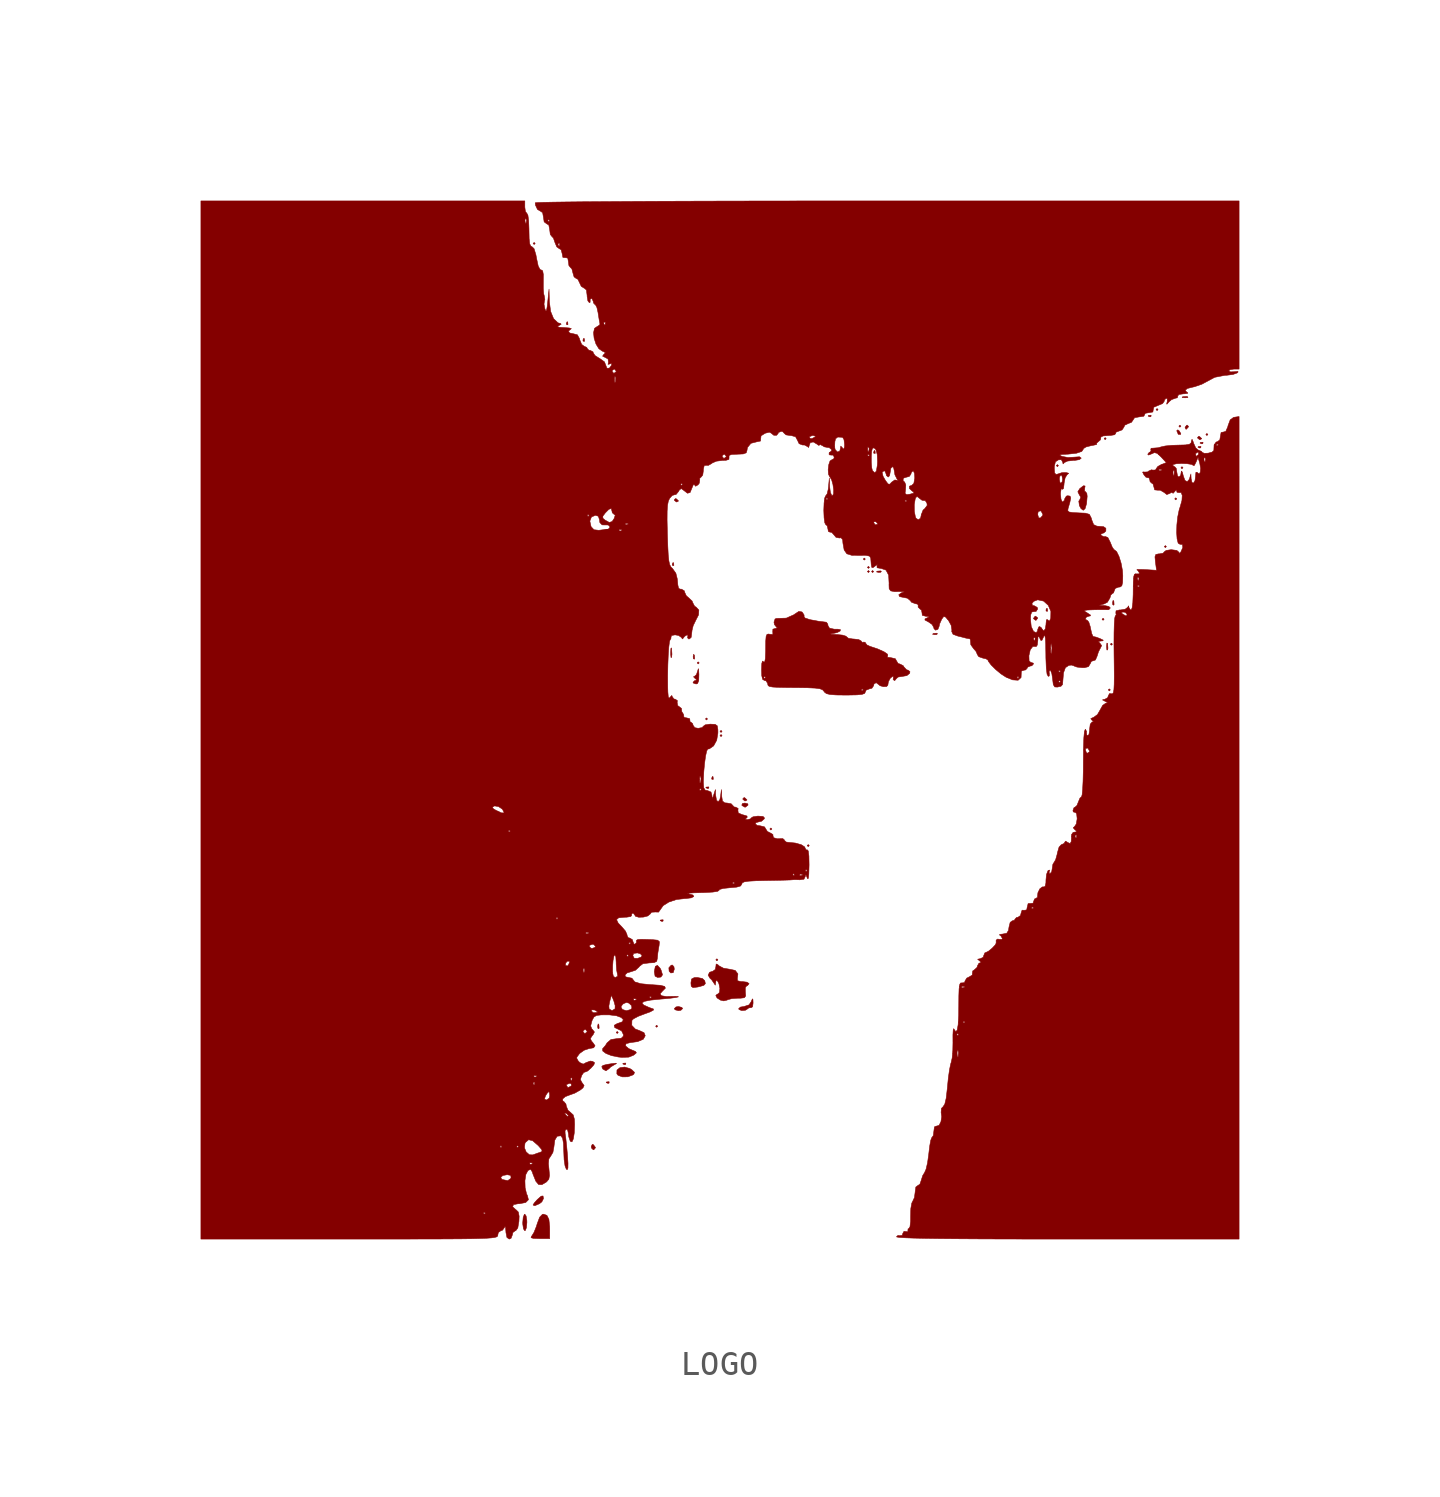
<source format=kicad_sym>
(kicad_symbol_lib
  (version 20210619)
  (generator bitmap2component)
  (symbol "LOGO"
    (pin_names
      (offset 1.016))
    (property "Reference" "#G"
      (at 0 20.602 0)
      (effects (font (size 1.27 1.27)) hide))
    (symbol "LOGO_0_0"
      (polyline (pts (xy -13.473 -21.237) (xy -12.546 -21.236) (xy -11.76 -21.235) (xy -11.104 -21.232) (xy -10.564 -21.228) (xy -10.131 -21.222) (xy -9.792 -21.213) (xy -9.536 -21.203) (xy -9.351 -21.189) (xy -9.226 -21.172) (xy -9.149 -21.152) (xy -9.108 -21.128) (xy -9.092 -21.1) (xy -9.09 -21.068) (xy -9.067 -20.968) (xy -8.968 -20.898) (xy -8.899 -20.875) (xy -8.808 -20.749) (xy -8.799 -20.722) (xy -8.774 -20.754) (xy -8.76 -20.919) (xy -8.758 -20.963) (xy -8.717 -21.172) (xy -8.622 -21.238) (xy -8.548 -21.206) (xy -8.495 -21.068) (xy -8.473 -20.968) (xy -8.376 -20.898) (xy -8.354 -20.894) (xy -8.272 -20.782) (xy -8.226 -20.508) (xy -8.218 -20.302) (xy -8.251 -20.13) (xy -8.345 -20.038) (xy -8.359 -20.03) (xy -8.484 -19.916) (xy -8.448 -19.828) (xy -8.261 -19.792) (xy -8.205 -19.791) (xy -7.949 -19.742) (xy -7.837 -19.628) (xy -7.879 -19.457) (xy -7.914 -19.387) (xy -7.972 -19.137) (xy -7.981 -18.851) (xy -7.943 -18.595) (xy -7.859 -18.435) (xy -7.85 -18.428) (xy -7.745 -18.382) (xy -7.682 -18.488) (xy -7.649 -18.588) (xy -7.535 -18.87) (xy -7.421 -19.006) (xy -7.285 -19.011) (xy -7.103 -18.902) (xy -7.093 -18.894) (xy -7.003 -18.788) (xy -6.975 -18.631) (xy -6.998 -18.364) (xy -7.019 -18.154) (xy -7.002 -17.957) (xy -6.925 -17.841) (xy -6.835 -17.691) (xy -6.795 -17.468) (xy -6.759 -17.191) (xy -6.663 -17.03) (xy -6.519 -17.013) (xy -6.503 -17.021) (xy -6.439 -17.116) (xy -6.404 -17.323) (xy -6.391 -17.671) (xy -6.378 -17.984) (xy -6.34 -18.244) (xy -6.287 -18.379) (xy -6.249 -18.398) (xy -6.221 -18.331) (xy -6.218 -18.138) (xy -6.24 -17.797) (xy -6.246 -17.731) (xy -6.277 -17.388) (xy -6.309 -17.101) (xy -6.335 -16.926) (xy -6.34 -16.805) (xy -6.288 -16.735) (xy -6.234 -16.777) (xy -6.2 -16.926) (xy -6.186 -17.056) (xy -6.127 -17.231) (xy -6.124 -17.235) (xy -6.056 -17.261) (xy -6.001 -17.141) (xy -5.962 -16.896) (xy -5.948 -16.547) (xy -5.956 -16.335) (xy -6.006 -16.156) (xy -6.116 -16.055) (xy -6.218 -15.969) (xy -6.286 -15.805) (xy -6.302 -15.713) (xy -6.386 -15.612) (xy -6.429 -15.589) (xy -6.438 -15.505) (xy -6.33 -15.41) (xy -6.137 -15.337) (xy -5.94 -15.267) (xy -5.704 -15.132) (xy -5.605 -15.05) (xy -5.559 -14.957) (xy -5.631 -14.854) (xy -5.645 -14.84) (xy -5.713 -14.709) (xy -5.656 -14.54) (xy -5.578 -14.426) (xy -5.511 -14.396) (xy -5.505 -14.4) (xy -5.412 -14.36) (xy -5.269 -14.231) (xy -5.157 -14.103) (xy -5.131 -14.019) (xy -5.213 -13.967) (xy -5.307 -13.954) (xy -5.48 -14.018) (xy -5.598 -14.079) (xy -5.734 -14.017) (xy -5.803 -13.947) (xy -5.862 -13.836) (xy -5.853 -13.791) (xy -5.743 -13.643) (xy -5.557 -13.511) (xy -5.362 -13.446) (xy -5.169 -13.411) (xy -5.111 -13.329) (xy -5.207 -13.191) (xy -5.256 -13.139) (xy -5.303 -13.031) (xy -5.221 -12.908) (xy -5.19 -12.873) (xy -5.137 -12.764) (xy -5.214 -12.666) (xy -5.243 -12.639) (xy -5.292 -12.518) (xy -5.242 -12.321) (xy -5.221 -12.267) (xy -5.155 -12.15) (xy -5.051 -12.088) (xy -4.866 -12.066) (xy -4.554 -12.065) (xy -4.513 -12.066) (xy -4.232 -12.102) (xy -4.04 -12.173) (xy -3.955 -12.261) (xy -3.998 -12.348) (xy -4.188 -12.416) (xy -4.2 -12.418) (xy -4.327 -12.489) (xy -4.307 -12.584) (xy -4.146 -12.661) (xy -4.026 -12.718) (xy -3.95 -12.874) (xy -3.957 -12.939) (xy -4.036 -13.019) (xy -4.237 -13.04) (xy -4.462 -13.074) (xy -4.62 -13.21) (xy -4.69 -13.321) (xy -4.785 -13.431) (xy -4.804 -13.449) (xy -4.798 -13.542) (xy -4.665 -13.643) (xy -4.441 -13.731) (xy -4.158 -13.789) (xy -4.015 -13.803) (xy -3.73 -13.794) (xy -3.538 -13.716) (xy -3.51 -13.697) (xy -3.42 -13.618) (xy -3.456 -13.562) (xy -3.635 -13.488) (xy -3.736 -13.443) (xy -3.863 -13.336) (xy -3.845 -13.245) (xy -3.679 -13.201) (xy -3.368 -13.159) (xy -3.138 -13.062) (xy -3.058 -12.918) (xy -3.108 -12.793) (xy -3.306 -12.702) (xy -3.464 -12.645) (xy -3.609 -12.494) (xy -3.604 -12.29) (xy -3.536 -12.225) (xy -3.342 -12.123) (xy -3.076 -12.022) (xy -2.86 -11.944) (xy -2.723 -11.87) (xy -2.718 -11.826) (xy -2.894 -11.764) (xy -3.122 -11.661) (xy -3.192 -11.579) (xy -3.099 -11.514) (xy -2.842 -11.462) (xy -2.418 -11.419) (xy -2.33 -11.412) (xy -2.023 -11.383) (xy -1.799 -11.353) (xy -1.702 -11.329) (xy -1.704 -11.319) (xy -1.81 -11.306) (xy -2.018 -11.31) (xy -2.197 -11.314) (xy -2.399 -11.28) (xy -2.45 -11.2) (xy -2.342 -11.08) (xy -2.338 -11.077) (xy -2.233 -10.971) (xy -2.265 -10.899) (xy -2.444 -10.854) (xy -2.781 -10.831) (xy -2.842 -10.829) (xy -3.241 -10.789) (xy -3.485 -10.716) (xy -3.568 -10.61) (xy -3.603 -10.564) (xy -3.745 -10.534) (xy -3.863 -10.508) (xy -3.887 -10.434) (xy -3.801 -10.349) (xy -3.625 -10.294) (xy -3.456 -10.238) (xy -3.31 -10.103) (xy -3.296 -10.08) (xy -3.154 -9.972) (xy -2.894 -9.939) (xy -2.695 -9.928) (xy -2.589 -9.874) (xy -2.562 -9.748) (xy -2.543 -9.538) (xy -2.501 -9.281) (xy -2.491 -9.229) (xy -2.477 -9.073) (xy -2.55 -9.009) (xy -2.751 -8.989) (xy -2.964 -8.98) (xy -3.222 -8.973) (xy -3.363 -8.983) (xy -3.417 -9.013) (xy -3.419 -9.068) (xy -3.418 -9.111) (xy -3.483 -9.175) (xy -3.522 -9.16) (xy -3.568 -9.047) (xy -3.584 -8.986) (xy -3.699 -8.92) (xy -3.761 -8.904) (xy -3.805 -8.801) (xy -3.804 -8.781) (xy -3.867 -8.637) (xy -4.014 -8.466) (xy -4.166 -8.307) (xy -4.232 -8.168) (xy -4.146 -8.093) (xy -3.903 -8.07) (xy -3.828 -8.069) (xy -3.649 -8.041) (xy -3.61 -7.985) (xy -3.624 -7.952) (xy -3.573 -7.9) (xy -3.548 -7.904) (xy -3.483 -7.985) (xy -3.456 -8.033) (xy -3.321 -8.071) (xy -3.131 -8.064) (xy -2.954 -8.018) (xy -2.855 -7.937) (xy -2.801 -7.865) (xy -2.641 -7.856) (xy -2.513 -7.861) (xy -2.422 -7.732) (xy -2.324 -7.595) (xy -2.091 -7.449) (xy -1.779 -7.345) (xy -1.439 -7.306) (xy -1.389 -7.305) (xy -1.169 -7.276) (xy -1.07 -7.221) (xy -1.107 -7.16) (xy -1.294 -7.112) (xy -1.34 -7.102) (xy -1.28 -7.086) (xy -1.087 -7.073) (xy -0.781 -7.064) (xy -0.622 -7.06) (xy -0.296 -7.041) (xy -0.095 -7.01) (xy -0.04 -6.97) (xy -0.017 -6.933) (xy 0.138 -6.891) (xy 0.401 -6.864) (xy 0.685 -6.838) (xy 0.845 -6.79) (xy 0.892 -6.711) (xy 0.911 -6.663) (xy 0.996 -6.622) (xy 1.174 -6.595) (xy 1.471 -6.578) (xy 1.911 -6.568) (xy 1.914 -6.568) (xy 2.312 -6.561) (xy 2.645 -6.553) (xy 2.877 -6.545) (xy 2.973 -6.538) (xy 3.063 -6.532) (xy 3.249 -6.538) (xy 3.262 -6.539) (xy 3.436 -6.514) (xy 3.491 -6.399) (xy 3.494 -6.37) (xy 3.517 -6.332) (xy 3.568 -6.456) (xy 3.584 -6.495) (xy 3.614 -6.481) (xy 3.634 -6.304) (xy 3.644 -5.963) (xy 3.645 -5.923) (xy 3.638 -5.568) (xy 3.612 -5.359) (xy 3.568 -5.309) (xy 3.527 -5.319) (xy 3.483 -5.239) (xy 3.465 -5.193) (xy 3.325 -5.102) (xy 3.082 -5.034) (xy 2.782 -5.004) (xy 2.704 -4.991) (xy 2.634 -4.922) (xy 2.632 -4.905) (xy 2.57 -4.852) (xy 2.543 -4.856) (xy 2.342 -4.857) (xy 2.199 -4.818) (xy 2.17 -4.752) (xy 2.166 -4.685) (xy 2.047 -4.614) (xy 1.94 -4.562) (xy 1.869 -4.45) (xy 1.822 -4.373) (xy 1.657 -4.332) (xy 1.517 -4.311) (xy 1.444 -4.247) (xy 1.472 -4.2) (xy 1.605 -4.163) (xy 1.698 -4.144) (xy 1.811 -4.044) (xy 1.82 -4.007) (xy 1.763 -3.946) (xy 1.566 -3.933) (xy 1.532 -3.934) (xy 1.349 -3.962) (xy 1.274 -4.01) (xy 1.252 -4.045) (xy 1.126 -4.076) (xy 1.033 -4.061) (xy 1.09 -4.003) (xy 1.111 -3.988) (xy 1.107 -3.93) (xy 0.943 -3.88) (xy 0.907 -3.872) (xy 0.748 -3.804) (xy 0.733 -3.698) (xy 0.743 -3.619) (xy 0.646 -3.568) (xy 0.579 -3.557) (xy 0.51 -3.483) (xy 0.457 -3.427) (xy 0.297 -3.398) (xy 0.193 -3.389) (xy 0.101 -3.315) (xy 0.071 -3.122) (xy 0.058 -2.846) (xy 0.023 -3.123) (xy -0.007 -3.261) (xy -0.075 -3.347) (xy -0.142 -3.282) (xy -0.178 -3.074) (xy -0.187 -2.846) (xy -0.255 -3.058) (xy -0.295 -3.179) (xy -0.321 -3.206) (xy -0.331 -3.079) (xy -0.368 -2.948) (xy -0.51 -2.888) (xy -0.602 -2.872) (xy -0.664 -2.778) (xy -0.68 -2.561) (xy -0.678 -2.452) (xy -0.662 -2.108) (xy -0.63 -1.768) (xy -0.589 -1.474) (xy -0.543 -1.267) (xy -0.499 -1.189) (xy -0.436 -1.181) (xy -0.26 -1.059) (xy -0.134 -0.828) (xy -0.085 -0.533) (xy -0.086 -0.393) (xy -0.111 -0.238) (xy -0.196 -0.179) (xy -0.382 -0.17) (xy -0.421 -0.171) (xy -0.605 -0.199) (xy -0.68 -0.255) (xy -0.732 -0.311) (xy -0.892 -0.34) (xy -1.03 -0.315) (xy -1.104 -0.212) (xy -1.115 -0.154) (xy -1.194 -0.085) (xy -1.225 -0.078) (xy -1.232 0) (xy -1.239 0.053) (xy -1.359 0.085) (xy -1.46 0.102) (xy -1.49 0.164) (xy -1.479 0.196) (xy -1.529 0.297) (xy -1.557 0.321) (xy -1.573 0.422) (xy -1.571 0.467) (xy -1.666 0.544) (xy -1.73 0.589) (xy -1.753 0.723) (xy -1.743 0.793) (xy -1.829 0.85) (xy -1.886 0.861) (xy -1.955 0.956) (xy -1.97 1.004) (xy -2.039 0.934) (xy -2.078 0.892) (xy -2.115 0.943) (xy -2.133 1.147) (xy -2.139 1.376) (xy -2.141 1.814) (xy -2.133 2.25) (xy -2.117 2.65) (xy -2.094 2.981) (xy -2.066 3.208) (xy -2.034 3.299) (xy -2.011 3.312) (xy -2.001 3.405) (xy -1.978 3.457) (xy -1.839 3.483) (xy -1.693 3.458) (xy -1.579 3.377) (xy -1.535 3.314) (xy -1.48 3.377) (xy -1.454 3.417) (xy -1.347 3.483) (xy -1.319 3.476) (xy -1.317 3.398) (xy -1.33 3.365) (xy -1.279 3.313) (xy -1.256 3.315) (xy -1.18 3.377) (xy -1.166 3.479) (xy -1.142 3.674) (xy -1.096 3.86) (xy -0.982 4.096) (xy -0.877 4.3) (xy -0.865 4.499) (xy -0.977 4.618) (xy -1.036 4.653) (xy -1.104 4.777) (xy -1.141 4.867) (xy -1.274 4.992) (xy -1.379 5.084) (xy -1.444 5.225) (xy -1.459 5.284) (xy -1.572 5.352) (xy -1.645 5.356) (xy -1.696 5.399) (xy -1.724 5.522) (xy -1.747 5.771) (xy -1.805 6.004) (xy -1.942 6.196) (xy -2.009 6.261) (xy -2.058 6.357) (xy -2.092 6.511) (xy -2.117 6.751) (xy -2.135 7.104) (xy -2.152 7.6) (xy -2.154 7.698) (xy -2.165 8.19) (xy -2.162 8.546) (xy -2.145 8.791) (xy -2.113 8.955) (xy -2.062 9.064) (xy -1.956 9.185) (xy -1.864 9.214) (xy -1.797 9.226) (xy -1.699 9.344) (xy -1.662 9.41) (xy -1.584 9.469) (xy -1.476 9.389) (xy -1.331 9.277) (xy -1.224 9.304) (xy -1.146 9.493) (xy -1.143 9.501) (xy -1.089 9.629) (xy -1.045 9.623) (xy -0.997 9.562) (xy -0.896 9.623) (xy -0.846 9.69) (xy -0.827 9.832) (xy -0.835 9.879) (xy -0.774 9.939) (xy -0.77 9.939) (xy -0.706 10.02) (xy -0.68 10.203) (xy -0.679 10.257) (xy -0.646 10.407) (xy -0.558 10.421) (xy -0.478 10.415) (xy -0.336 10.496) (xy -0.318 10.514) (xy -0.148 10.588) (xy 0.093 10.619) (xy 0.245 10.624) (xy 0.366 10.661) (xy 0.37 10.746) (xy 0.371 10.822) (xy 0.473 10.863) (xy 0.713 10.874) (xy 0.954 10.885) (xy 1.073 10.931) (xy 1.104 11.027) (xy 1.124 11.147) (xy 1.265 11.319) (xy 1.513 11.383) (xy 1.659 11.413) (xy 1.667 11.513) (xy 1.68 11.625) (xy 1.847 11.731) (xy 2.023 11.776) (xy 2.108 11.728) (xy 2.109 11.724) (xy 2.198 11.65) (xy 2.318 11.649) (xy 2.379 11.723) (xy 2.393 11.762) (xy 2.506 11.808) (xy 2.565 11.798) (xy 2.634 11.723) (xy 2.704 11.664) (xy 2.879 11.638) (xy 2.913 11.637) (xy 3.092 11.588) (xy 3.11 11.556) (xy 3.653 11.556) (xy 3.667 11.594) (xy 3.78 11.638) (xy 3.838 11.634) (xy 3.908 11.605) (xy 3.892 11.583) (xy 3.78 11.522) (xy 3.715 11.509) (xy 3.653 11.556) (xy 3.11 11.556) (xy 3.176 11.433) (xy 3.236 11.304) (xy 3.377 11.251) (xy 3.46 11.25) (xy 3.588 11.18) (xy 3.627 11.148) (xy 3.652 11.235) (xy 3.692 11.346) (xy 3.817 11.376) (xy 3.976 11.281) (xy 4.031 11.237) (xy 4.078 11.249) (xy 4.098 11.271) (xy 4.196 11.221) (xy 4.26 11.181) (xy 4.691 11.181) (xy 4.7 11.387) (xy 4.729 11.506) (xy 4.817 11.576) (xy 5.012 11.566) (xy 5.018 11.564) (xy 5.074 11.469) (xy 5.096 11.277) (xy 5.093 11.174) (xy 5.072 11.093) (xy 6.038 11.093) (xy 6.052 11.177) (xy 6.09 11.144) (xy 6.103 11.095) (xy 6.083 10.982) (xy 6.054 10.983) (xy 6.038 11.093) (xy 5.072 11.093) (xy 5.069 11.079) (xy 5.012 11.128) (xy 5.001 11.145) (xy 4.942 11.206) (xy 4.928 11.107) (xy 4.899 11.001) (xy 4.803 10.965) (xy 4.71 11.068) (xy 4.691 11.181) (xy 4.26 11.181) (xy 4.27 11.175) (xy 4.419 11.147) (xy 4.463 11.148) (xy 4.562 11.065) (xy 4.57 11.019) (xy 4.504 10.959) (xy 4.47 10.951) (xy 4.461 10.872) (xy 4.484 10.845) (xy 4.593 10.835) (xy 4.634 10.841) (xy 4.638 10.831) (xy 6.031 10.831) (xy 6.074 10.874) (xy 6.116 10.831) (xy 6.074 10.789) (xy 6.031 10.831) (xy 4.638 10.831) (xy 4.66 10.779) (xy 6.19 10.779) (xy 6.205 10.993) (xy 6.235 11.106) (xy 6.299 11.137) (xy 6.38 11.061) (xy 6.432 10.863) (xy 6.445 10.57) (xy 6.438 10.428) (xy 6.399 10.186) (xy 6.355 10.136) (xy 6.632 10.136) (xy 6.711 10.194) (xy 6.75 10.18) (xy 6.796 10.066) (xy 6.806 10.008) (xy 6.881 9.939) (xy 6.937 9.992) (xy 6.966 10.152) (xy 6.987 10.291) (xy 7.051 10.364) (xy 7.104 10.32) (xy 7.136 10.168) (xy 7.156 10.033) (xy 7.242 9.859) (xy 7.248 9.852) (xy 7.292 9.795) (xy 7.489 9.795) (xy 7.501 9.894) (xy 7.646 9.939) (xy 7.745 9.963) (xy 7.815 10.066) (xy 7.825 10.125) (xy 7.898 10.194) (xy 7.909 10.191) (xy 7.956 10.093) (xy 7.969 9.897) (xy 7.969 9.895) (xy 7.962 9.854) (xy 13.883 9.854) (xy 13.896 9.953) (xy 13.95 10.024) (xy 13.989 9.992) (xy 14.017 9.854) (xy 14.004 9.756) (xy 13.95 9.684) (xy 13.911 9.716) (xy 13.883 9.854) (xy 7.962 9.854) (xy 7.93 9.678) (xy 7.844 9.599) (xy 7.75 9.567) (xy 7.749 9.471) (xy 7.869 9.361) (xy 7.92 9.328) (xy 7.924 9.28) (xy 7.775 9.239) (xy 7.638 9.221) (xy 7.572 9.268) (xy 7.592 9.436) (xy 7.602 9.618) (xy 7.558 9.729) (xy 7.489 9.795) (xy 7.292 9.795) (xy 7.305 9.779) (xy 7.236 9.808) (xy 7.153 9.821) (xy 7.018 9.726) (xy 6.949 9.647) (xy 6.876 9.657) (xy 6.769 9.8) (xy 6.671 9.973) (xy 6.632 10.136) (xy 6.355 10.136) (xy 6.333 10.111) (xy 6.238 10.203) (xy 6.21 10.314) (xy 6.192 10.53) (xy 6.19 10.779) (xy 4.66 10.779) (xy 4.672 10.751) (xy 4.658 10.688) (xy 4.566 10.64) (xy 4.502 10.597) (xy 4.45 10.444) (xy 4.426 10.241) (xy 4.438 10.054) (xy 4.492 9.945) (xy 4.497 9.943) (xy 4.567 9.828) (xy 4.621 9.633) (xy 4.65 9.418) (xy 4.645 9.246) (xy 4.598 9.175) (xy 4.574 9.185) (xy 4.517 9.311) (xy 4.487 9.536) (xy 4.473 9.897) (xy 4.44 9.536) (xy 4.429 9.441) (xy 4.383 9.25) (xy 4.328 9.175) (xy 4.324 9.174) (xy 4.285 9.085) (xy 4.28 9.047) (xy 4.332 9.047) (xy 4.375 9.09) (xy 4.417 9.047) (xy 4.375 9.005) (xy 4.332 9.047) (xy 4.28 9.047) (xy 4.269 8.962) (xy 7.561 8.962) (xy 7.603 9.005) (xy 7.646 8.962) (xy 7.603 8.92) (xy 7.561 8.962) (xy 4.269 8.962) (xy 4.258 8.873) (xy 4.256 8.807) (xy 7.948 8.807) (xy 7.986 9.036) (xy 8.007 9.094) (xy 8.065 9.147) (xy 8.172 9.061) (xy 8.265 8.99) (xy 8.355 8.978) (xy 8.395 8.98) (xy 8.464 8.879) (xy 8.478 8.782) (xy 8.381 8.65) (xy 8.308 8.586) (xy 8.24 8.411) (xy 8.24 8.41) (xy 12.997 8.41) (xy 13.018 8.519) (xy 13.104 8.559) (xy 13.143 8.538) (xy 13.21 8.41) (xy 13.202 8.366) (xy 13.104 8.261) (xy 13.037 8.275) (xy 12.997 8.41) (xy 8.24 8.41) (xy 8.206 8.259) (xy 8.117 8.19) (xy 8.02 8.254) (xy 7.995 8.309) (xy 7.952 8.535) (xy 7.948 8.807) (xy 4.256 8.807) (xy 4.247 8.58) (xy 4.247 8.579) (xy 4.259 8.274) (xy 4.287 8.075) (xy 6.286 8.075) (xy 6.293 8.106) (xy 6.371 8.113) (xy 6.397 8.095) (xy 6.456 8.023) (xy 6.454 8.014) (xy 6.371 7.985) (xy 6.348 7.989) (xy 6.286 8.075) (xy 4.287 8.075) (xy 4.289 8.064) (xy 4.332 7.985) (xy 4.383 7.951) (xy 4.417 7.81) (xy 4.434 7.714) (xy 4.498 7.685) (xy 4.569 7.679) (xy 4.669 7.566) (xy 4.748 7.472) (xy 4.886 7.445) (xy 4.953 7.455) (xy 5.019 7.378) (xy 5.029 7.239) (xy 5.08 6.956) (xy 5.19 6.799) (xy 5.396 6.736) (xy 5.734 6.734) (xy 5.968 6.736) (xy 6.119 6.704) (xy 6.167 6.626) (xy 6.169 6.599) (xy 6.188 6.352) (xy 6.212 6.24) (xy 6.259 6.232) (xy 6.345 6.297) (xy 6.436 6.359) (xy 6.425 6.308) (xy 6.426 6.228) (xy 6.576 6.201) (xy 6.593 6.201) (xy 6.793 6.13) (xy 6.9 5.927) (xy 6.918 5.585) (xy 6.915 5.541) (xy 6.921 5.371) (xy 6.984 5.282) (xy 7.142 5.251) (xy 7.433 5.252) (xy 7.468 5.252) (xy 7.542 5.245) (xy 7.454 5.213) (xy 7.428 5.204) (xy 7.314 5.124) (xy 7.349 5.047) (xy 7.521 5.012) (xy 7.671 4.982) (xy 7.785 4.885) (xy 7.839 4.815) (xy 7.999 4.757) (xy 8.088 4.74) (xy 8.112 4.672) (xy 8.103 4.622) (xy 8.187 4.537) (xy 8.244 4.497) (xy 8.268 4.368) (xy 8.276 4.282) (xy 8.422 4.242) (xy 8.497 4.238) (xy 8.559 4.22) (xy 8.466 4.174) (xy 8.387 4.137) (xy 8.386 4.088) (xy 8.529 4.012) (xy 8.68 3.906) (xy 8.75 3.775) (xy 8.754 3.736) (xy 8.822 3.674) (xy 8.916 3.711) (xy 8.965 3.83) (xy 8.987 3.934) (xy 9.07 4.12) (xy 9.076 4.129) (xy 9.151 4.231) (xy 9.223 4.217) (xy 9.308 4.12) (xy 12.703 4.12) (xy 12.712 4.298) (xy 12.755 4.418) (xy 12.851 4.435) (xy 12.932 4.441) (xy 12.997 4.541) (xy 12.98 4.606) (xy 12.863 4.672) (xy 12.785 4.689) (xy 12.761 4.763) (xy 12.836 4.854) (xy 12.987 4.912) (xy 13.005 4.915) (xy 13.241 4.864) (xy 13.43 4.692) (xy 13.538 4.444) (xy 13.532 4.165) (xy 13.528 4.149) (xy 13.476 4.042) (xy 13.412 4.092) (xy 13.401 4.106) (xy 13.355 4.101) (xy 13.338 3.929) (xy 13.338 3.908) (xy 13.31 3.727) (xy 13.252 3.653) (xy 13.232 3.655) (xy 13.167 3.738) (xy 13.165 3.758) (xy 13.082 3.823) (xy 13.043 3.808) (xy 12.997 3.695) (xy 12.99 3.637) (xy 12.934 3.571) (xy 12.828 3.625) (xy 12.735 3.817) (xy 12.703 4.12) (xy 9.308 4.12) (xy 9.345 4.078) (xy 9.457 3.875) (xy 9.487 3.682) (xy 9.481 3.619) (xy 9.535 3.506) (xy 9.719 3.437) (xy 9.722 3.436) (xy 9.924 3.386) (xy 10.045 3.354) (xy 10.059 3.35) (xy 10.203 3.324) (xy 10.224 3.313) (xy 12.827 3.313) (xy 12.834 3.358) (xy 12.884 3.37) (xy 12.894 3.357) (xy 12.884 3.256) (xy 12.858 3.243) (xy 12.827 3.313) (xy 10.224 3.313) (xy 10.243 3.304) (xy 10.251 3.194) (xy 10.262 3.078) (xy 10.37 2.926) (xy 10.476 2.804) (xy 10.534 2.668) (xy 10.588 2.59) (xy 10.749 2.533) (xy 10.891 2.5) (xy 10.966 2.446) (xy 10.98 2.402) (xy 11.093 2.251) (xy 11.28 2.065) (xy 11.497 1.885) (xy 11.699 1.754) (xy 11.729 1.742) (xy 12.148 1.742) (xy 12.19 1.784) (xy 12.233 1.742) (xy 12.19 1.699) (xy 12.148 1.742) (xy 11.729 1.742) (xy 11.969 1.642) (xy 12.197 1.626) (xy 12.318 1.737) (xy 12.328 1.975) (xy 12.338 2.005) (xy 12.445 2.039) (xy 12.504 2.048) (xy 12.573 2.124) (xy 12.587 2.163) (xy 12.7 2.209) (xy 12.759 2.218) (xy 12.827 2.294) (xy 12.819 2.325) (xy 12.721 2.357) (xy 12.715 2.356) (xy 12.646 2.417) (xy 12.639 2.63) (xy 12.694 2.873) (xy 12.799 3.009) (xy 12.93 3.005) (xy 12.937 3.002) (xy 12.982 3.067) (xy 13.003 3.244) (xy 13.01 3.385) (xy 13.032 3.442) (xy 13.079 3.356) (xy 13.124 3.26) (xy 13.17 3.255) (xy 13.238 3.398) (xy 13.258 3.439) (xy 13.291 3.45) (xy 13.313 3.341) (xy 13.326 3.096) (xy 13.328 2.931) (xy 13.528 2.931) (xy 13.531 3.023) (xy 13.545 3.126) (xy 13.567 3.078) (xy 13.581 2.943) (xy 13.565 2.739) (xy 13.555 2.711) (xy 13.535 2.756) (xy 13.528 2.931) (xy 13.328 2.931) (xy 13.332 2.697) (xy 13.333 2.543) (xy 13.35 2.122) (xy 13.382 1.868) (xy 13.431 1.784) (xy 13.473 1.802) (xy 13.476 1.911) (xy 13.462 1.976) (xy 13.505 2.039) (xy 13.526 2.026) (xy 13.538 1.996) (xy 13.847 1.996) (xy 13.889 2.039) (xy 13.932 1.996) (xy 13.889 1.954) (xy 13.847 1.996) (xy 13.538 1.996) (xy 13.576 1.898) (xy 13.608 1.678) (xy 13.609 1.671) (xy 13.621 1.572) (xy 13.847 1.572) (xy 13.889 1.614) (xy 13.932 1.572) (xy 13.889 1.529) (xy 13.847 1.572) (xy 13.621 1.572) (xy 13.637 1.447) (xy 13.695 1.352) (xy 13.804 1.346) (xy 13.95 1.379) (xy 14.016 1.451) (xy 14.03 1.626) (xy 14.055 1.932) (xy 14.132 2.14) (xy 14.271 2.233) (xy 14.378 2.247) (xy 14.48 2.215) (xy 14.485 2.209) (xy 14.604 2.165) (xy 14.811 2.141) (xy 14.911 2.14) (xy 15.075 2.182) (xy 15.149 2.305) (xy 15.196 2.402) (xy 15.283 2.426) (xy 15.361 2.455) (xy 15.428 2.609) (xy 15.487 2.794) (xy 15.573 2.958) (xy 15.615 3.045) (xy 15.54 3.148) (xy 15.526 3.158) (xy 15.479 3.213) (xy 15.588 3.232) (xy 15.665 3.238) (xy 15.681 3.265) (xy 15.546 3.332) (xy 15.389 3.391) (xy 15.277 3.414) (xy 15.262 3.42) (xy 15.211 3.532) (xy 15.163 3.74) (xy 15.149 3.815) (xy 15.09 4.003) (xy 15.029 4.078) (xy 15.013 4.078) (xy 14.948 4.128) (xy 14.986 4.207) (xy 15.1 4.25) (xy 15.144 4.254) (xy 15.164 4.289) (xy 15.036 4.375) (xy 14.929 4.441) (xy 14.917 4.481) (xy 15.03 4.499) (xy 15.291 4.509) (xy 15.479 4.513) (xy 15.724 4.514) (xy 15.864 4.509) (xy 15.905 4.51) (xy 15.971 4.584) (xy 15.907 4.647) (xy 15.737 4.681) (xy 15.503 4.689) (xy 15.716 4.748) (xy 15.851 4.817) (xy 15.955 4.994) (xy 15.989 5.11) (xy 16.061 5.182) (xy 16.098 5.196) (xy 16.14 5.309) (xy 16.172 5.384) (xy 16.31 5.437) (xy 16.369 5.441) (xy 16.441 5.492) (xy 16.473 5.632) (xy 16.48 5.901) (xy 16.467 6.113) (xy 16.411 6.416) (xy 16.326 6.69) (xy 16.228 6.889) (xy 16.131 6.966) (xy 16.121 6.969) (xy 16.051 7.067) (xy 15.972 7.259) (xy 15.969 7.269) (xy 15.869 7.466) (xy 15.762 7.508) (xy 15.708 7.498) (xy 15.592 7.555) (xy 15.582 7.602) (xy 15.668 7.646) (xy 15.701 7.649) (xy 15.787 7.729) (xy 15.788 7.844) (xy 15.694 7.909) (xy 15.615 7.916) (xy 15.42 7.931) (xy 15.287 7.993) (xy 15.206 8.198) (xy 15.193 8.258) (xy 15.113 8.414) (xy 14.95 8.462) (xy 14.706 8.472) (xy 14.436 8.486) (xy 14.288 8.509) (xy 14.231 8.556) (xy 14.238 8.638) (xy 14.277 8.771) (xy 14.316 8.909) (xy 14.35 9.084) (xy 14.322 9.159) (xy 14.229 9.175) (xy 14.17 9.16) (xy 14.102 9.047) (xy 14.092 8.989) (xy 14.017 8.92) (xy 14.001 8.925) (xy 13.952 9.034) (xy 13.933 9.238) (xy 13.935 9.307) (xy 13.958 9.452) (xy 14.001 9.452) (xy 14.015 9.435) (xy 14.056 9.473) (xy 14.077 9.654) (xy 14.079 9.69) (xy 14.121 9.907) (xy 14.2 10.034) (xy 14.267 10.093) (xy 14.187 10.118) (xy 14.109 10.124) (xy 13.981 10.117) (xy 13.826 10.064) (xy 13.746 10.046) (xy 13.691 10.108) (xy 13.677 10.302) (xy 13.679 10.382) (xy 13.724 10.564) (xy 13.847 10.643) (xy 13.965 10.649) (xy 14.023 10.547) (xy 14.035 10.477) (xy 14.073 10.512) (xy 14.085 10.531) (xy 14.222 10.594) (xy 14.449 10.619) (xy 14.513 10.62) (xy 14.706 10.652) (xy 14.781 10.713) (xy 14.709 10.769) (xy 14.496 10.754) (xy 14.235 10.74) (xy 14.007 10.782) (xy 13.963 10.8) (xy 13.898 10.841) (xy 13.966 10.863) (xy 14.187 10.874) (xy 14.241 10.876) (xy 14.585 10.914) (xy 14.802 10.987) (xy 14.87 11.089) (xy 14.874 11.106) (xy 14.979 11.171) (xy 15.182 11.223) (xy 15.254 11.235) (xy 15.401 11.268) (xy 15.418 11.289) (xy 15.398 11.317) (xy 15.484 11.391) (xy 15.563 11.459) (xy 15.585 11.558) (xy 15.584 11.579) (xy 15.679 11.621) (xy 15.886 11.638) (xy 15.975 11.641) (xy 16.143 11.669) (xy 16.187 11.717) (xy 16.201 11.774) (xy 16.33 11.823) (xy 16.45 11.868) (xy 16.523 11.978) (xy 16.564 12.063) (xy 16.714 12.133) (xy 16.833 12.176) (xy 16.905 12.281) (xy 16.962 12.367) (xy 17.165 12.403) (xy 17.174 12.403) (xy 17.339 12.428) (xy 17.372 12.488) (xy 17.396 12.547) (xy 17.546 12.573) (xy 17.551 12.573) (xy 17.71 12.601) (xy 17.726 12.694) (xy 17.749 12.797) (xy 17.929 12.871) (xy 18.106 12.945) (xy 18.179 13.046) (xy 18.188 13.099) (xy 18.262 13.167) (xy 18.3 13.141) (xy 18.297 13.019) (xy 18.276 12.948) (xy 18.284 12.917) (xy 18.373 13.019) (xy 18.473 13.106) (xy 18.64 13.167) (xy 18.71 13.181) (xy 18.731 13.252) (xy 18.728 13.26) (xy 18.779 13.318) (xy 18.96 13.344) (xy 19 13.345) (xy 19.135 13.364) (xy 19.135 13.393) (xy 19.099 13.41) (xy 19.031 13.488) (xy 19.12 13.563) (xy 19.355 13.622) (xy 19.416 13.635) (xy 19.715 13.738) (xy 19.996 13.888) (xy 20.241 14.02) (xy 20.668 14.103) (xy 20.743 14.105) (xy 20.99 14.137) (xy 21.152 14.195) (xy 21.192 14.226) (xy 21.194 14.261) (xy 21.046 14.248) (xy 20.884 14.242) (xy 20.813 14.283) (xy 20.865 14.331) (xy 21.025 14.357) (xy 21.238 14.357) (xy 21.238 21.237) (xy 6.47 21.237) (xy 4.698 21.237) (xy 3.022 21.235) (xy 1.448 21.233) (xy -0.02 21.23) (xy -1.376 21.226) (xy -2.613 21.221) (xy -3.725 21.215) (xy -4.709 21.209) (xy -5.556 21.203) (xy -6.262 21.195) (xy -6.822 21.187) (xy -7.228 21.178) (xy -7.476 21.169) (xy -7.561 21.159) (xy -7.549 21.062) (xy -7.466 20.886) (xy -7.339 20.813) (xy -7.256 20.755) (xy -7.221 20.558) (xy -7.202 20.43) (xy -7.051 20.43) (xy -7.008 20.473) (xy -6.966 20.43) (xy -7.008 20.388) (xy -7.051 20.43) (xy -7.202 20.43) (xy -7.194 20.379) (xy -7.093 20.303) (xy -7.004 20.25) (xy -6.966 20.048) (xy -6.966 20.045) (xy -6.943 19.867) (xy -6.888 19.793) (xy -6.886 19.793) (xy -6.815 19.717) (xy -6.753 19.538) (xy -6.753 19.535) (xy -6.718 19.453) (xy -6.626 19.453) (xy -6.62 19.498) (xy -6.569 19.51) (xy -6.559 19.498) (xy -6.569 19.397) (xy -6.595 19.384) (xy -6.626 19.453) (xy -6.718 19.453) (xy -6.678 19.357) (xy -6.577 19.284) (xy -6.499 19.239) (xy -6.456 19.074) (xy -6.427 18.924) (xy -6.329 18.913) (xy -6.32 18.916) (xy -6.228 18.898) (xy -6.201 18.741) (xy -6.181 18.592) (xy -6.122 18.519) (xy -6.06 18.455) (xy -6.016 18.285) (xy -5.97 18.129) (xy -5.891 18.07) (xy -5.813 18.03) (xy -5.741 17.879) (xy -5.676 17.742) (xy -5.563 17.67) (xy -5.554 17.669) (xy -5.465 17.593) (xy -5.437 17.372) (xy -5.436 17.333) (xy -5.406 17.15) (xy -5.347 17.075) (xy -5.316 17.082) (xy -5.309 17.16) (xy -5.323 17.193) (xy -5.272 17.245) (xy -5.231 17.23) (xy -5.182 17.117) (xy -5.174 17.059) (xy -5.108 16.99) (xy -5.094 16.985) (xy -5.036 16.876) (xy -4.99 16.671) (xy -4.984 16.632) (xy -4.946 16.392) (xy -4.915 16.229) (xy -4.915 16.225) (xy -4.757 16.225) (xy -4.751 16.27) (xy -4.7 16.282) (xy -4.69 16.27) (xy -4.7 16.169) (xy -4.726 16.155) (xy -4.757 16.225) (xy -4.915 16.225) (xy -4.916 16.169) (xy -5.012 16.102) (xy -5.02 16.101) (xy -5.133 16.024) (xy -5.173 15.847) (xy -5.15 15.618) (xy -5.074 15.383) (xy -4.955 15.189) (xy -4.802 15.084) (xy -4.783 15.078) (xy -4.688 15.028) (xy -4.747 14.96) (xy -4.763 14.95) (xy -4.803 14.885) (xy -4.688 14.829) (xy -4.58 14.769) (xy -4.564 14.636) (xy -4.58 14.55) (xy -4.506 14.567) (xy -4.442 14.592) (xy -4.433 14.522) (xy -4.435 14.517) (xy -4.525 14.395) (xy -4.625 14.393) (xy -4.672 14.512) (xy -4.727 14.653) (xy -4.927 14.795) (xy -4.941 14.801) (xy -5.112 14.91) (xy -5.182 15.014) (xy -5.197 15.064) (xy -5.309 15.121) (xy -5.368 15.131) (xy -5.437 15.206) (xy -5.449 15.243) (xy -5.558 15.291) (xy -5.559 15.291) (xy -5.66 15.367) (xy -5.734 15.546) (xy -5.748 15.603) (xy -5.834 15.759) (xy -5.996 15.801) (xy -6.155 15.835) (xy -6.198 15.914) (xy -6.095 15.999) (xy -6.082 16.014) (xy -6.169 16.039) (xy -6.371 16.055) (xy -6.582 16.068) (xy -6.652 16.095) (xy -6.584 16.14) (xy -6.498 16.189) (xy -6.517 16.219) (xy -6.63 16.25) (xy -6.808 16.42) (xy -6.929 16.716) (xy -6.98 17.112) (xy -6.994 17.627) (xy -7.047 17.117) (xy -7.07 16.91) (xy -7.098 16.753) (xy -7.128 16.734) (xy -7.168 16.837) (xy -7.2 17.014) (xy -7.181 17.155) (xy -7.165 17.196) (xy -7.187 17.345) (xy -7.212 17.433) (xy -7.23 17.655) (xy -7.229 17.941) (xy -7.227 18.225) (xy -7.255 18.38) (xy -7.318 18.415) (xy -7.357 18.424) (xy -7.436 18.569) (xy -7.503 18.88) (xy -7.531 19.034) (xy -7.607 19.284) (xy -7.698 19.369) (xy -7.738 19.383) (xy -7.784 19.48) (xy -7.808 19.693) (xy -7.815 20.048) (xy -7.816 20.109) (xy -7.829 20.431) (xy -7.858 20.648) (xy -7.9 20.728) (xy -7.901 20.728) (xy -7.961 20.804) (xy -7.985 20.983) (xy -7.985 21.237) (xy -21.237 21.237) (xy -21.237 20.438) (xy -7.979 20.438) (xy -7.965 20.521) (xy -7.927 20.489) (xy -7.914 20.44) (xy -7.934 20.326) (xy -7.963 20.327) (xy -7.979 20.438) (xy -21.237 20.438) (xy -21.237 14.272) (xy -4.417 14.272) (xy -4.415 14.292) (xy -4.332 14.357) (xy -4.312 14.354) (xy -4.247 14.272) (xy -4.25 14.251) (xy -4.332 14.187) (xy -4.353 14.189) (xy -4.417 14.272) (xy -21.237 14.272) (xy -21.237 13.932) (xy -4.319 13.932) (xy -4.307 14.049) (xy -4.276 14.038) (xy -4.265 13.999) (xy -4.276 13.826) (xy -4.306 13.811) (xy -4.319 13.932) (xy -21.237 13.932) (xy -21.237 10.789) (xy 0.085 10.789) (xy 0.087 10.809) (xy 0.17 10.874) (xy 0.19 10.871) (xy 0.255 10.789) (xy 0.252 10.768) (xy 0.17 10.704) (xy 0.15 10.706) (xy 0.085 10.789) (xy -21.237 10.789) (xy -21.237 9.642) (xy -1.614 9.642) (xy -1.572 9.684) (xy -1.529 9.642) (xy -1.572 9.599) (xy -1.614 9.642) (xy -21.237 9.642) (xy -21.237 8.368) (xy -5.437 8.368) (xy -5.394 8.41) (xy -5.352 8.368) (xy -5.394 8.325) (xy -5.437 8.368) (xy -21.237 8.368) (xy -21.237 8.139) (xy -5.325 8.139) (xy -5.259 8.306) (xy -5.097 8.374) (xy -4.975 8.336) (xy -4.975 8.336) (xy -4.796 8.336) (xy -4.689 8.476) (xy -4.546 8.62) (xy -4.448 8.652) (xy -4.417 8.537) (xy -4.407 8.479) (xy -4.329 8.41) (xy -4.286 8.38) (xy -4.332 8.24) (xy -4.412 8.121) (xy -4.528 8.082) (xy -4.703 8.179) (xy -4.79 8.252) (xy -4.796 8.336) (xy -4.975 8.336) (xy -4.927 8.179) (xy -4.916 8.079) (xy -4.88 8.042) (xy -3.879 8.042) (xy -3.867 8.052) (xy -3.766 8.042) (xy -3.753 8.016) (xy -3.823 7.985) (xy -3.868 7.991) (xy -3.879 8.042) (xy -4.88 8.042) (xy -4.822 7.982) (xy -4.609 7.979) (xy -4.568 7.977) (xy -4.502 7.904) (xy -4.504 7.882) (xy -4.566 7.81) (xy -4.568 7.809) (xy -4.695 7.795) (xy -4.755 7.787) (xy -4.134 7.787) (xy -4.122 7.797) (xy -4.021 7.787) (xy -4.008 7.761) (xy -4.078 7.73) (xy -4.123 7.737) (xy -4.134 7.787) (xy -4.755 7.787) (xy -4.903 7.768) (xy -4.962 7.762) (xy -5.155 7.783) (xy -5.269 7.904) (xy -5.277 7.92) (xy -5.325 8.139) (xy -21.237 8.139) (xy -21.237 -2.421) (xy -0.833 -2.421) (xy -0.832 -2.395) (xy -0.818 -2.282) (xy -0.791 -2.317) (xy -0.777 -2.403) (xy -0.794 -2.571) (xy -0.797 -2.579) (xy -0.824 -2.566) (xy -0.833 -2.421) (xy -21.237 -2.421) (xy -21.237 -2.846) (xy -0.85 -2.846) (xy -0.807 -2.803) (xy -0.764 -2.846) (xy -0.807 -2.888) (xy -0.85 -2.846) (xy -21.237 -2.846) (xy -21.237 -3.572) (xy -9.319 -3.572) (xy -9.237 -3.522) (xy -9.22 -3.516) (xy -9.061 -3.543) (xy -8.905 -3.646) (xy -8.835 -3.774) (xy -8.845 -3.804) (xy -8.948 -3.798) (xy -9.172 -3.691) (xy -9.265 -3.637) (xy -9.319 -3.572) (xy -21.237 -3.572) (xy -21.237 -4.545) (xy -8.665 -4.545) (xy -8.622 -4.502) (xy -8.58 -4.545) (xy -8.622 -4.587) (xy -8.665 -4.545) (xy -21.237 -4.545) (xy -21.237 -6.159) (xy 3.483 -6.159) (xy 3.525 -6.116) (xy 3.568 -6.159) (xy 3.525 -6.201) (xy 3.483 -6.159) (xy -21.237 -6.159) (xy -21.237 -6.329) (xy 2.973 -6.329) (xy 3.016 -6.286) (xy 3.044 -6.315) (xy 3.256 -6.315) (xy 3.269 -6.304) (xy 3.37 -6.315) (xy 3.383 -6.34) (xy 3.313 -6.371) (xy 3.268 -6.365) (xy 3.256 -6.315) (xy 3.044 -6.315) (xy 3.058 -6.329) (xy 3.016 -6.371) (xy 2.973 -6.329) (xy -21.237 -6.329) (xy -21.237 -6.669) (xy 0.51 -6.669) (xy 0.552 -6.626) (xy 0.595 -6.669) (xy 0.552 -6.711) (xy 0.51 -6.669) (xy -21.237 -6.669) (xy -21.237 -8.113) (xy -6.711 -8.113) (xy -6.669 -8.07) (xy -6.626 -8.113) (xy -6.669 -8.155) (xy -6.711 -8.113) (xy -21.237 -8.113) (xy -21.237 -8.693) (xy -5.493 -8.693) (xy -5.481 -8.683) (xy -5.38 -8.693) (xy -5.367 -8.719) (xy -5.437 -8.75) (xy -5.482 -8.744) (xy -5.493 -8.693) (xy -21.237 -8.693) (xy -21.237 -9.132) (xy -3.738 -9.132) (xy -3.695 -9.09) (xy -3.653 -9.132) (xy -3.695 -9.175) (xy -3.738 -9.132) (xy -21.237 -9.132) (xy -21.237 -9.259) (xy -5.352 -9.259) (xy -5.338 -9.22) (xy -5.224 -9.175) (xy -5.166 -9.184) (xy -5.097 -9.259) (xy -5.111 -9.299) (xy -5.224 -9.345) (xy -5.283 -9.335) (xy -5.352 -9.259) (xy -21.237 -9.259) (xy -21.237 -9.951) (xy -6.32 -9.951) (xy -6.245 -9.867) (xy -6.158 -9.869) (xy -6.151 -9.898) (xy -6.195 -10.014) (xy -6.242 -10.067) (xy -6.319 -10.039) (xy -6.32 -9.951) (xy -21.237 -9.951) (xy -21.237 -10.229) (xy -5.6 -10.229) (xy -5.586 -10.146) (xy -5.549 -10.178) (xy -5.535 -10.227) (xy -5.555 -10.341) (xy -5.584 -10.34) (xy -5.6 -10.229) (xy -21.237 -10.229) (xy -21.237 -10.343) (xy -4.393 -10.343) (xy -4.392 -10.067) (xy -4.376 -9.847) (xy -4.339 -9.66) (xy -4.297 -9.604) (xy -4.282 -9.642) (xy -3.823 -9.642) (xy -3.78 -9.599) (xy -3.738 -9.642) (xy -3.568 -9.642) (xy -3.533 -9.55) (xy -3.377 -9.53) (xy -3.258 -9.565) (xy -3.186 -9.642) (xy -3.227 -9.701) (xy -3.377 -9.754) (xy -3.509 -9.747) (xy -3.568 -9.642) (xy -3.738 -9.642) (xy -3.78 -9.684) (xy -3.823 -9.642) (xy -4.282 -9.642) (xy -4.262 -9.691) (xy -4.247 -9.932) (xy -4.247 -9.982) (xy -4.23 -10.229) (xy -4.196 -10.399) (xy -4.184 -10.482) (xy -4.277 -10.534) (xy -4.293 -10.533) (xy -4.363 -10.486) (xy -4.393 -10.343) (xy -21.237 -10.343) (xy -21.237 -11.701) (xy -4.547 -11.701) (xy -4.509 -11.503) (xy -4.439 -11.256) (xy -4.405 -11.341) (xy -2.888 -11.341) (xy -2.846 -11.298) (xy -2.803 -11.341) (xy -2.846 -11.383) (xy -2.888 -11.341) (xy -4.405 -11.341) (xy -4.377 -11.412) (xy -3.54 -11.412) (xy -3.527 -11.401) (xy -3.426 -11.412) (xy -3.413 -11.437) (xy -3.483 -11.468) (xy -3.528 -11.462) (xy -3.54 -11.412) (xy -4.377 -11.412) (xy -4.343 -11.497) (xy -4.289 -11.688) (xy -4.291 -11.739) (xy -4.054 -11.739) (xy -3.982 -11.63) (xy -3.923 -11.595) (xy -3.823 -11.556) (xy -3.723 -11.586) (xy -3.617 -11.688) (xy -3.604 -11.799) (xy -3.659 -11.848) (xy -3.823 -11.893) (xy -3.832 -11.893) (xy -3.993 -11.844) (xy -4.054 -11.739) (xy -4.291 -11.739) (xy -4.294 -11.815) (xy -4.298 -11.82) (xy -4.418 -11.89) (xy -4.536 -11.822) (xy -4.547 -11.701) (xy -21.237 -11.701) (xy -21.237 -11.896) (xy -5.267 -11.896) (xy -5.249 -11.861) (xy -5.139 -11.862) (xy -5.079 -11.89) (xy -5.012 -11.944) (xy -5.026 -11.96) (xy -5.139 -11.978) (xy -5.198 -11.969) (xy -5.267 -11.896) (xy -21.237 -11.896) (xy -21.237 -12.742) (xy -5.607 -12.742) (xy -5.604 -12.722) (xy -5.522 -12.658) (xy -5.501 -12.66) (xy -5.437 -12.742) (xy -5.439 -12.763) (xy -5.522 -12.827) (xy -5.542 -12.825) (xy -5.607 -12.742) (xy -21.237 -12.742) (xy -21.237 -14.555) (xy -7.617 -14.555) (xy -7.605 -14.545) (xy -7.504 -14.555) (xy -7.491 -14.58) (xy -7.561 -14.611) (xy -7.606 -14.605) (xy -7.617 -14.555) (xy -21.237 -14.555) (xy -21.237 -14.696) (xy -6.116 -14.696) (xy -6.11 -14.651) (xy -6.06 -14.64) (xy -6.05 -14.652) (xy -6.06 -14.753) (xy -6.085 -14.766) (xy -6.116 -14.696) (xy -21.237 -14.696) (xy -21.237 -14.866) (xy -7.646 -14.866) (xy -7.639 -14.821) (xy -7.589 -14.81) (xy -7.579 -14.822) (xy -7.589 -14.923) (xy -7.614 -14.936) (xy -7.646 -14.866) (xy -21.237 -14.866) (xy -21.237 -14.951) (xy -6.286 -14.951) (xy -6.27 -14.911) (xy -6.154 -14.866) (xy -6.093 -14.879) (xy -6.074 -14.951) (xy -6.091 -14.974) (xy -6.206 -15.036) (xy -6.225 -15.034) (xy -6.286 -14.951) (xy -21.237 -14.951) (xy -21.237 -15.507) (xy -7.183 -15.507) (xy -7.136 -15.376) (xy -7.071 -15.271) (xy -7.005 -15.206) (xy -6.982 -15.238) (xy -6.966 -15.376) (xy -6.989 -15.475) (xy -7.096 -15.546) (xy -7.115 -15.545) (xy -7.183 -15.507) (xy -21.237 -15.507) (xy -21.237 -16.08) (xy -6.357 -16.08) (xy -6.299 -16.09) (xy -6.262 -16.116) (xy -6.201 -16.188) (xy -6.202 -16.2) (xy -6.251 -16.218) (xy -6.337 -16.127) (xy -6.357 -16.08) (xy -21.237 -16.08) (xy -21.237 -17.457) (xy -9.005 -17.457) (xy -8.962 -17.415) (xy -8.92 -17.457) (xy -8.325 -17.457) (xy -8.283 -17.415) (xy -8.24 -17.457) (xy -8.279 -17.497) (xy -8.003 -17.497) (xy -7.978 -17.317) (xy -7.957 -17.281) (xy -7.83 -17.173) (xy -7.665 -17.213) (xy -7.444 -17.404) (xy -7.42 -17.429) (xy -7.293 -17.575) (xy -7.278 -17.65) (xy -7.364 -17.691) (xy -7.449 -17.717) (xy -7.658 -17.793) (xy -7.798 -17.788) (xy -7.93 -17.673) (xy -8.003 -17.497) (xy -8.279 -17.497) (xy -8.283 -17.5) (xy -8.325 -17.457) (xy -8.92 -17.457) (xy -8.962 -17.5) (xy -9.005 -17.457) (xy -21.237 -17.457) (xy -21.237 -18.123) (xy -7.787 -18.123) (xy -7.775 -18.113) (xy -7.674 -18.123) (xy -7.66 -18.148) (xy -7.73 -18.179) (xy -7.775 -18.173) (xy -7.787 -18.123) (xy -21.237 -18.123) (xy -21.237 -18.707) (xy -8.969 -18.707) (xy -8.882 -18.636) (xy -8.705 -18.604) (xy -8.56 -18.632) (xy -8.549 -18.731) (xy -8.563 -18.762) (xy -8.684 -18.847) (xy -8.899 -18.802) (xy -8.933 -18.785) (xy -8.969 -18.707) (xy -21.237 -18.707) (xy -21.237 -20.176) (xy -9.684 -20.176) (xy -9.642 -20.133) (xy -9.599 -20.176) (xy -9.642 -20.218) (xy -9.684 -20.176) (xy -21.237 -20.176) (xy -21.237 -21.238) (xy -14.552 -21.238) (xy -13.473 -21.237)) (stroke (width 0.01)) (fill (type outline)))
      (polyline (pts (xy -6.966 -20.852) (xy -6.968 -20.73) (xy -7 -20.43) (xy -7.081 -20.267) (xy -7.219 -20.218) (xy -7.266 -20.227) (xy -7.378 -20.342) (xy -7.478 -20.607) (xy -7.513 -20.723) (xy -7.608 -20.962) (xy -7.697 -21.107) (xy -7.713 -21.124) (xy -7.73 -21.182) (xy -7.63 -21.21) (xy -7.387 -21.218) (xy -6.966 -21.218) (xy -6.966 -20.852)) (stroke (width 0.01)) (fill (type outline)))
      (polyline (pts (xy 21.238 12.415) (xy 21.049 12.387) (xy 21.009 12.379) (xy 20.874 12.279) (xy 20.787 12.047) (xy 20.773 11.989) (xy 20.693 11.808) (xy 20.593 11.78) (xy 20.502 11.764) (xy 20.473 11.605) (xy 20.448 11.458) (xy 20.346 11.383) (xy 20.301 11.374) (xy 20.215 11.256) (xy 20.303 11.256) (xy 20.346 11.298) (xy 20.388 11.256) (xy 20.346 11.213) (xy 20.303 11.256) (xy 20.215 11.256) (xy 20.215 11.255) (xy 20.205 11.031) (xy 20.205 11.024) (xy 20.131 10.959) (xy 19.974 10.917) (xy 19.812 10.91) (xy 19.725 10.952) (xy 19.703 10.988) (xy 19.576 11.043) (xy 19.566 11.044) (xy 19.464 11.133) (xy 19.379 11.32) (xy 19.359 11.385) (xy 19.312 11.487) (xy 19.291 11.422) (xy 19.275 11.338) (xy 19.204 11.28) (xy 19.041 11.254) (xy 18.747 11.246) (xy 18.491 11.238) (xy 18.217 11.211) (xy 18.046 11.173) (xy 17.936 11.139) (xy 17.724 11.122) (xy 17.637 11.118) (xy 17.623 11.05) (xy 17.638 11.011) (xy 17.59 10.959) (xy 17.565 10.955) (xy 17.5 10.873) (xy 17.534 10.838) (xy 17.665 10.89) (xy 17.77 10.938) (xy 17.888 10.909) (xy 17.925 10.874) (xy 19.453 10.874) (xy 19.457 10.897) (xy 19.544 10.959) (xy 19.574 10.952) (xy 19.581 10.874) (xy 19.564 10.848) (xy 19.491 10.789) (xy 19.483 10.791) (xy 19.453 10.874) (xy 17.925 10.874) (xy 18.046 10.761) (xy 18.261 10.528) (xy 18.05 10.448) (xy 18.013 10.428) (xy 18.519 10.428) (xy 18.539 10.452) (xy 18.674 10.484) (xy 18.886 10.494) (xy 19.114 10.485) (xy 19.297 10.456) (xy 19.374 10.41) (xy 19.404 10.409) (xy 19.469 10.534) (xy 19.559 10.746) (xy 19.581 10.668) (xy 19.8 10.668) (xy 19.814 10.752) (xy 19.851 10.72) (xy 19.865 10.671) (xy 19.845 10.557) (xy 19.816 10.558) (xy 19.8 10.668) (xy 19.581 10.668) (xy 19.628 10.505) (xy 19.664 10.3) (xy 19.652 10.139) (xy 19.603 10.067) (xy 19.528 10.123) (xy 19.518 10.138) (xy 19.471 10.132) (xy 19.455 9.96) (xy 19.435 9.798) (xy 19.376 9.694) (xy 19.311 9.714) (xy 19.275 9.875) (xy 19.267 10.066) (xy 19.211 9.878) (xy 19.2 9.844) (xy 19.116 9.75) (xy 19.024 9.8) (xy 18.957 9.982) (xy 18.916 10.143) (xy 18.876 10.185) (xy 18.859 10.081) (xy 18.847 10.009) (xy 18.774 9.939) (xy 18.718 9.992) (xy 18.689 10.152) (xy 18.668 10.291) (xy 18.604 10.364) (xy 18.584 10.366) (xy 18.519 10.428) (xy 18.013 10.428) (xy 17.91 10.37) (xy 17.84 10.272) (xy 17.831 10.251) (xy 17.953 10.251) (xy 17.965 10.261) (xy 18.066 10.251) (xy 18.079 10.225) (xy 18.009 10.194) (xy 17.964 10.2) (xy 17.953 10.251) (xy 17.831 10.251) (xy 17.822 10.23) (xy 17.715 10.224) (xy 17.65 10.236) (xy 17.536 10.184) (xy 17.5 10.151) (xy 17.365 10.143) (xy 17.34 10.151) (xy 17.29 10.142) (xy 17.306 10.109) (xy 18.532 10.109) (xy 18.544 10.226) (xy 18.575 10.215) (xy 18.587 10.177) (xy 18.575 10.003) (xy 18.546 9.988) (xy 18.532 10.109) (xy 17.306 10.109) (xy 17.348 10.026) (xy 17.425 9.935) (xy 17.517 9.907) (xy 17.551 9.91) (xy 17.585 9.817) (xy 17.595 9.753) (xy 17.67 9.684) (xy 17.717 9.656) (xy 17.755 9.522) (xy 17.783 9.415) (xy 17.909 9.401) (xy 18.015 9.4) (xy 18.175 9.307) (xy 18.28 9.223) (xy 18.403 9.269) (xy 18.468 9.31) (xy 18.52 9.291) (xy 18.536 9.272) (xy 18.604 9.345) (xy 18.664 9.416) (xy 18.688 9.361) (xy 18.697 9.317) (xy 18.774 9.302) (xy 18.867 9.307) (xy 18.912 9.19) (xy 18.9 8.983) (xy 18.827 8.723) (xy 18.786 8.597) (xy 18.726 8.304) (xy 18.692 7.982) (xy 18.683 7.67) (xy 18.701 7.408) (xy 18.745 7.235) (xy 18.816 7.19) (xy 18.818 7.191) (xy 18.92 7.178) (xy 18.936 7.06) (xy 18.859 6.881) (xy 18.805 6.816) (xy 18.775 6.86) (xy 18.775 6.864) (xy 18.69 6.938) (xy 18.477 6.966) (xy 18.438 6.965) (xy 18.254 6.937) (xy 18.179 6.881) (xy 18.131 6.826) (xy 17.975 6.796) (xy 17.942 6.796) (xy 17.831 6.772) (xy 17.796 6.676) (xy 17.816 6.46) (xy 17.861 6.125) (xy 17.404 6.152) (xy 17.22 6.16) (xy 17.069 6.158) (xy 17.054 6.141) (xy 17.093 6.121) (xy 17.16 6.015) (xy 17.142 5.978) (xy 17.032 5.977) (xy 17.009 5.984) (xy 16.956 5.961) (xy 16.924 5.852) (xy 16.919 5.777) (xy 17.075 5.777) (xy 17.081 5.822) (xy 17.132 5.833) (xy 17.142 5.821) (xy 17.132 5.72) (xy 17.106 5.707) (xy 17.075 5.777) (xy 16.919 5.777) (xy 16.909 5.629) (xy 16.907 5.479) (xy 17.075 5.479) (xy 17.117 5.522) (xy 17.16 5.479) (xy 17.117 5.437) (xy 17.075 5.479) (xy 16.907 5.479) (xy 16.905 5.264) (xy 16.904 5.14) (xy 16.89 4.804) (xy 16.861 4.582) (xy 16.82 4.502) (xy 16.789 4.51) (xy 16.728 4.609) (xy 16.717 4.671) (xy 16.679 4.609) (xy 16.581 4.535) (xy 16.391 4.502) (xy 16.344 4.502) (xy 16.203 4.468) (xy 16.197 4.402) (xy 16.403 4.402) (xy 16.502 4.416) (xy 16.58 4.404) (xy 16.65 4.332) (xy 16.648 4.28) (xy 16.608 4.258) (xy 16.48 4.332) (xy 16.464 4.343) (xy 16.403 4.402) (xy 16.197 4.402) (xy 16.195 4.375) (xy 16.209 4.31) (xy 16.171 4.248) (xy 16.169 4.247) (xy 16.148 4.157) (xy 16.132 3.924) (xy 16.122 3.576) (xy 16.119 3.137) (xy 16.123 2.635) (xy 16.128 2.264) (xy 16.132 1.796) (xy 16.128 1.464) (xy 16.117 1.246) (xy 16.095 1.122) (xy 16.062 1.071) (xy 16.017 1.072) (xy 15.937 1.082) (xy 15.886 0.986) (xy 15.863 0.913) (xy 15.737 0.844) (xy 15.693 0.841) (xy 15.649 0.821) (xy 15.758 0.764) (xy 15.788 0.751) (xy 15.865 0.703) (xy 15.788 0.686) (xy 15.781 0.685) (xy 15.658 0.601) (xy 15.556 0.417) (xy 15.442 0.22) (xy 15.286 0.108) (xy 15.274 0.105) (xy 15.169 0.054) (xy 15.22 -0.011) (xy 15.284 -0.062) (xy 15.227 -0.084) (xy 15.222 -0.084) (xy 15.148 -0.171) (xy 15.121 -0.387) (xy 15.12 -0.426) (xy 15.094 -0.602) (xy 15.035 -0.636) (xy 15.008 -0.613) (xy 14.994 -0.51) (xy 15.004 -0.481) (xy 14.953 -0.383) (xy 14.945 -0.381) (xy 14.911 -0.47) (xy 14.886 -0.726) (xy 14.871 -1.149) (xy 14.87 -1.227) (xy 14.951 -1.227) (xy 14.963 -1.166) (xy 15.036 -1.147) (xy 15.059 -1.164) (xy 15.121 -1.279) (xy 15.119 -1.298) (xy 15.036 -1.359) (xy 14.995 -1.343) (xy 14.951 -1.227) (xy 14.87 -1.227) (xy 14.866 -1.736) (xy 14.864 -2.082) (xy 14.854 -2.504) (xy 14.837 -2.841) (xy 14.816 -3.063) (xy 14.79 -3.143) (xy 14.727 -3.196) (xy 14.661 -3.356) (xy 14.605 -3.496) (xy 14.525 -3.568) (xy 14.485 -3.584) (xy 14.441 -3.7) (xy 14.454 -3.761) (xy 14.526 -3.78) (xy 14.537 -3.776) (xy 14.591 -3.833) (xy 14.611 -4.023) (xy 14.611 -4.053) (xy 14.576 -4.256) (xy 14.505 -4.361) (xy 14.45 -4.41) (xy 14.526 -4.495) (xy 14.549 -4.51) (xy 14.607 -4.572) (xy 14.515 -4.586) (xy 14.445 -4.601) (xy 14.379 -4.694) (xy 14.381 -4.74) (xy 14.38 -4.757) (xy 14.526 -4.757) (xy 14.533 -4.712) (xy 14.583 -4.701) (xy 14.593 -4.713) (xy 14.583 -4.814) (xy 14.557 -4.827) (xy 14.526 -4.757) (xy 14.38 -4.757) (xy 14.372 -4.971) (xy 14.325 -5.056) (xy 14.229 -5.012) (xy 14.143 -4.957) (xy 14.102 -5.002) (xy 14.09 -5.043) (xy 13.982 -5.097) (xy 13.966 -5.099) (xy 13.872 -5.201) (xy 13.804 -5.436) (xy 13.791 -5.507) (xy 13.732 -5.716) (xy 13.669 -5.824) (xy 13.62 -5.901) (xy 13.592 -6.079) (xy 13.57 -6.214) (xy 13.502 -6.286) (xy 13.468 -6.276) (xy 13.473 -6.188) (xy 13.493 -6.141) (xy 13.435 -6.151) (xy 13.418 -6.167) (xy 13.36 -6.316) (xy 13.337 -6.543) (xy 13.334 -6.668) (xy 13.299 -6.814) (xy 13.221 -6.831) (xy 13.188 -6.828) (xy 13.086 -6.907) (xy 13.007 -7.067) (xy 12.988 -7.242) (xy 12.988 -7.258) (xy 12.912 -7.306) (xy 12.874 -7.319) (xy 12.827 -7.431) (xy 12.81 -7.493) (xy 12.7 -7.506) (xy 12.607 -7.509) (xy 12.573 -7.646) (xy 12.564 -7.688) (xy 12.742 -7.688) (xy 12.785 -7.646) (xy 12.827 -7.688) (xy 12.785 -7.73) (xy 12.742 -7.688) (xy 12.564 -7.688) (xy 12.547 -7.772) (xy 12.445 -7.785) (xy 12.359 -7.781) (xy 12.318 -7.903) (xy 12.294 -8) (xy 12.19 -8.07) (xy 12.132 -8.08) (xy 12.063 -8.155) (xy 12.054 -8.187) (xy 11.957 -8.219) (xy 11.955 -8.219) (xy 11.872 -8.281) (xy 11.824 -8.474) (xy 11.804 -8.608) (xy 11.731 -8.725) (xy 11.569 -8.757) (xy 11.569 -8.757) (xy 11.439 -8.774) (xy 11.447 -8.806) (xy 11.487 -8.828) (xy 11.553 -8.936) (xy 11.535 -8.973) (xy 11.426 -8.974) (xy 11.361 -8.961) (xy 11.298 -9.007) (xy 11.298 -9.132) (xy 11.259 -9.206) (xy 11.134 -9.338) (xy 10.984 -9.461) (xy 10.874 -9.514) (xy 10.835 -9.529) (xy 10.789 -9.642) (xy 10.766 -9.71) (xy 10.64 -9.771) (xy 10.621 -9.771) (xy 10.541 -9.788) (xy 10.619 -9.854) (xy 10.684 -9.909) (xy 10.64 -9.938) (xy 10.595 -9.95) (xy 10.534 -10.057) (xy 10.517 -10.121) (xy 10.401 -10.227) (xy 10.34 -10.267) (xy 10.325 -10.369) (xy 10.321 -10.436) (xy 10.203 -10.507) (xy 10.096 -10.56) (xy 10.024 -10.68) (xy 10.006 -10.745) (xy 9.897 -10.758) (xy 9.892 -10.756) (xy 9.839 -10.761) (xy 9.804 -10.835) (xy 9.795 -10.902) (xy 9.883 -10.902) (xy 9.895 -10.892) (xy 9.996 -10.902) (xy 10.009 -10.928) (xy 9.939 -10.959) (xy 9.894 -10.952) (xy 9.883 -10.902) (xy 9.795 -10.902) (xy 9.782 -11.004) (xy 9.772 -11.293) (xy 9.769 -11.726) (xy 9.765 -12.085) (xy 9.75 -12.36) (xy 9.939 -12.36) (xy 9.982 -12.318) (xy 10.024 -12.36) (xy 9.982 -12.403) (xy 9.939 -12.36) (xy 9.75 -12.36) (xy 9.743 -12.473) (xy 9.703 -12.694) (xy 9.644 -12.748) (xy 9.566 -12.636) (xy 9.56 -12.628) (xy 9.541 -12.69) (xy 9.531 -12.87) (xy 9.684 -12.87) (xy 9.727 -12.827) (xy 9.769 -12.87) (xy 9.727 -12.912) (xy 9.684 -12.87) (xy 9.531 -12.87) (xy 9.53 -12.88) (xy 9.531 -13.167) (xy 9.532 -13.189) (xy 9.525 -13.531) (xy 9.516 -13.634) (xy 9.701 -13.634) (xy 9.701 -13.608) (xy 9.716 -13.495) (xy 9.743 -13.53) (xy 9.757 -13.616) (xy 9.74 -13.785) (xy 9.737 -13.792) (xy 9.71 -13.78) (xy 9.701 -13.634) (xy 9.516 -13.634) (xy 9.499 -13.828) (xy 9.457 -14.017) (xy 9.44 -14.068) (xy 9.392 -14.298) (xy 9.345 -14.624) (xy 9.308 -14.994) (xy 9.3 -15.082) (xy 9.254 -15.476) (xy 9.196 -15.72) (xy 9.122 -15.828) (xy 9.061 -15.888) (xy 9.047 -16.055) (xy 9.071 -16.232) (xy 9.04 -16.434) (xy 8.966 -16.581) (xy 8.867 -16.615) (xy 8.856 -16.612) (xy 8.775 -16.645) (xy 8.75 -16.823) (xy 8.75 -16.824) (xy 8.728 -17.001) (xy 8.677 -17.075) (xy 8.668 -17.08) (xy 8.624 -17.192) (xy 8.581 -17.423) (xy 8.544 -17.733) (xy 8.538 -17.789) (xy 8.492 -18.115) (xy 8.432 -18.375) (xy 8.37 -18.518) (xy 8.294 -18.64) (xy 8.225 -18.859) (xy 8.178 -18.994) (xy 8.089 -19.05) (xy 8.013 -19.108) (xy 7.985 -19.309) (xy 7.985 -19.316) (xy 7.955 -19.54) (xy 7.885 -19.69) (xy 7.847 -19.765) (xy 7.807 -19.99) (xy 7.799 -20.301) (xy 7.798 -20.516) (xy 7.773 -20.733) (xy 7.724 -20.813) (xy 7.694 -20.819) (xy 7.687 -20.897) (xy 7.695 -20.936) (xy 7.607 -20.93) (xy 7.528 -20.92) (xy 7.476 -21.013) (xy 7.457 -21.084) (xy 7.348 -21.098) (xy 7.282 -21.087) (xy 7.221 -21.143) (xy 7.234 -21.153) (xy 7.344 -21.17) (xy 7.568 -21.185) (xy 7.914 -21.198) (xy 8.386 -21.209) (xy 8.991 -21.218) (xy 9.736 -21.225) (xy 10.626 -21.231) (xy 11.667 -21.235) (xy 12.866 -21.237) (xy 14.229 -21.238) (xy 21.238 -21.238) (xy 21.238 12.415)) (stroke (width 0.01)) (fill (type outline)))
      (polyline (pts (xy -7.966 -20.889) (xy -7.919 -20.771) (xy -7.9 -20.558) (xy -7.902 -20.482) (xy -7.932 -20.293) (xy -7.985 -20.218) (xy -8.004 -20.227) (xy -8.051 -20.345) (xy -8.07 -20.558) (xy -8.068 -20.634) (xy -8.039 -20.822) (xy -7.985 -20.898) (xy -7.966 -20.889)) (stroke (width 0.01)) (fill (type outline)))
      (polyline (pts (xy -7.385 -19.79) (xy -7.288 -19.714) (xy -7.221 -19.578) (xy -7.24 -19.473) (xy -7.317 -19.483) (xy -7.476 -19.623) (xy -7.592 -19.752) (xy -7.646 -19.836) (xy -7.644 -19.848) (xy -7.574 -19.872) (xy -7.385 -19.79)) (stroke (width 0.01)) (fill (type outline)))
      (polyline (pts (xy -5.162 -17.582) (xy -5.097 -17.505) (xy -5.1 -17.481) (xy -5.182 -17.372) (xy -5.226 -17.364) (xy -5.267 -17.452) (xy -5.256 -17.515) (xy -5.182 -17.585) (xy -5.162 -17.582)) (stroke (width 0.01)) (fill (type outline)))
      (polyline (pts (xy -4.542 -14.86) (xy -4.531 -14.81) (xy -4.543 -14.799) (xy -4.644 -14.81) (xy -4.657 -14.835) (xy -4.587 -14.866) (xy -4.542 -14.86)) (stroke (width 0.01)) (fill (type outline)))
      (polyline (pts (xy -3.771 -14.599) (xy -3.568 -14.524) (xy -3.525 -14.492) (xy -3.497 -14.417) (xy -3.605 -14.312) (xy -3.691 -14.259) (xy -3.903 -14.2) (xy -4.094 -14.225) (xy -4.215 -14.321) (xy -4.22 -14.475) (xy -4.171 -14.537) (xy -3.996 -14.602) (xy -3.771 -14.599)) (stroke (width 0.01)) (fill (type outline)))
      (polyline (pts (xy -4.541 -14.266) (xy -4.471 -14.195) (xy -4.303 -14.094) (xy -4.231 -14.056) (xy -4.267 -14.042) (xy -4.46 -14.065) (xy -4.622 -14.091) (xy -4.787 -14.132) (xy -4.837 -14.184) (xy -4.803 -14.266) (xy -4.792 -14.282) (xy -4.665 -14.353) (xy -4.541 -14.266)) (stroke (width 0.01)) (fill (type outline)))
      (polyline (pts (xy -3.863 -14.095) (xy -3.851 -14.045) (xy -3.864 -14.035) (xy -3.964 -14.045) (xy -3.978 -14.071) (xy -3.908 -14.102) (xy -3.863 -14.095)) (stroke (width 0.01)) (fill (type outline)))
      (polyline (pts (xy -4.162 -12.785) (xy -4.205 -12.742) (xy -4.247 -12.785) (xy -4.205 -12.827) (xy -4.162 -12.785)) (stroke (width 0.01)) (fill (type outline)))
      (polyline (pts (xy -4.944 -12.604) (xy -4.954 -12.472) (xy -4.985 -12.432) (xy -5.005 -12.523) (xy -4.999 -12.609) (xy -4.961 -12.634) (xy -4.944 -12.604)) (stroke (width 0.01)) (fill (type outline)))
      (polyline (pts (xy -2.549 -12.53) (xy -2.591 -12.488) (xy -2.633 -12.53) (xy -2.591 -12.573) (xy -2.549 -12.53)) (stroke (width 0.01)) (fill (type outline)))
      (polyline (pts (xy -1.6 -11.877) (xy -1.529 -11.808) (xy -1.561 -11.759) (xy -1.699 -11.723) (xy -1.798 -11.739) (xy -1.869 -11.808) (xy -1.837 -11.857) (xy -1.699 -11.893) (xy -1.6 -11.877)) (stroke (width 0.01)) (fill (type outline)))
      (polyline (pts (xy 1.039 -11.876) (xy 1.148 -11.807) (xy 1.171 -11.78) (xy 1.28 -11.769) (xy 1.334 -11.734) (xy 1.354 -11.579) (xy 1.348 -11.437) (xy 1.327 -11.409) (xy 1.272 -11.532) (xy 1.188 -11.655) (xy 0.98 -11.723) (xy 0.837 -11.745) (xy 0.765 -11.808) (xy 0.778 -11.845) (xy 0.888 -11.889) (xy 1.039 -11.876)) (stroke (width 0.01)) (fill (type outline)))
      (polyline (pts (xy 0.293 -11.459) (xy 0.318 -11.443) (xy 0.485 -11.4) (xy 0.724 -11.383) (xy 0.837 -11.383) (xy 0.998 -11.363) (xy 1.051 -11.29) (xy 1.038 -11.128) (xy 1.036 -10.947) (xy 1.095 -10.874) (xy 1.123 -10.87) (xy 1.189 -10.789) (xy 1.189 -10.785) (xy 1.108 -10.727) (xy 0.925 -10.704) (xy 0.854 -10.702) (xy 0.717 -10.668) (xy 0.71 -10.576) (xy 0.733 -10.388) (xy 0.623 -10.245) (xy 0.379 -10.194) (xy 0.377 -10.194) (xy 0.14 -10.154) (xy -0.036 -10.06) (xy -0.09 -10.009) (xy -0.157 -9.982) (xy -0.17 -10.103) (xy -0.194 -10.208) (xy -0.292 -10.279) (xy -0.426 -10.321) (xy -0.484 -10.44) (xy -0.409 -10.568) (xy -0.343 -10.627) (xy -0.233 -10.789) (xy -0.233 -10.789) (xy -0.193 -10.849) (xy -0.175 -10.746) (xy -0.173 -10.714) (xy -0.15 -10.631) (xy -0.085 -10.704) (xy -0.042 -10.794) (xy -0.005 -10.981) (xy -0.019 -11.144) (xy -0.085 -11.213) (xy -0.114 -11.216) (xy -0.172 -11.274) (xy -0.12 -11.372) (xy 0.021 -11.462) (xy 0.154 -11.492) (xy 0.293 -11.459)) (stroke (width 0.01)) (fill (type outline)))
      (polyline (pts (xy -0.919 -10.926) (xy -0.849 -10.911) (xy -0.661 -10.857) (xy -0.598 -10.785) (xy -0.624 -10.665) (xy -0.719 -10.576) (xy -0.932 -10.534) (xy -1.054 -10.54) (xy -1.164 -10.598) (xy -1.189 -10.757) (xy -1.177 -10.895) (xy -1.105 -10.949) (xy -0.919 -10.926)) (stroke (width 0.01)) (fill (type outline)))
      (polyline (pts (xy -2.416 -10.517) (xy -2.351 -10.426) (xy -2.41 -10.233) (xy -2.447 -10.161) (xy -2.559 -10.039) (xy -2.645 -10.079) (xy -2.685 -10.279) (xy -2.686 -10.305) (xy -2.656 -10.482) (xy -2.55 -10.534) (xy -2.416 -10.517)) (stroke (width 0.01)) (fill (type outline)))
      (polyline (pts (xy -1.914 -10.338) (xy -1.869 -10.194) (xy -1.884 -10.095) (xy -1.949 -10.024) (xy -1.999 -10.034) (xy -2.092 -10.138) (xy -2.081 -10.279) (xy -2.014 -10.35) (xy -1.914 -10.338)) (stroke (width 0.01)) (fill (type outline)))
      (polyline (pts (xy -0.085 -9.812) (xy -0.127 -9.769) (xy -0.17 -9.812) (xy -0.127 -9.854) (xy -0.085 -9.812)) (stroke (width 0.01)) (fill (type outline)))
      (polyline (pts (xy -2.334 -8.234) (xy -2.322 -8.184) (xy -2.334 -8.173) (xy -2.435 -8.184) (xy -2.449 -8.209) (xy -2.379 -8.24) (xy -2.334 -8.234)) (stroke (width 0.01)) (fill (type outline)))
      (polyline (pts (xy 3.653 -5.139) (xy 3.61 -5.097) (xy 3.568 -5.139) (xy 3.61 -5.182) (xy 3.653 -5.139)) (stroke (width 0.01)) (fill (type outline)))
      (polyline (pts (xy 2.124 -4.46) (xy 2.081 -4.417) (xy 2.039 -4.46) (xy 2.081 -4.502) (xy 2.124 -4.46)) (stroke (width 0.01)) (fill (type outline)))
      (polyline (pts (xy 1.042 -3.565) (xy 1.147 -3.483) (xy 1.14 -3.43) (xy 1.019 -3.398) (xy 0.919 -3.417) (xy 0.892 -3.483) (xy 0.909 -3.506) (xy 1.019 -3.568) (xy 1.042 -3.565)) (stroke (width 0.01)) (fill (type outline)))
      (polyline (pts (xy 1.039 -3.312) (xy 1.104 -3.276) (xy 1.1 -3.262) (xy 1.019 -3.186) (xy 0.987 -3.172) (xy 0.934 -3.223) (xy 0.938 -3.248) (xy 1.019 -3.313) (xy 1.039 -3.312)) (stroke (width 0.01)) (fill (type outline)))
      (polyline (pts (xy -0.465 -2.797) (xy -0.453 -2.747) (xy -0.466 -2.737) (xy -0.566 -2.747) (xy -0.58 -2.772) (xy -0.51 -2.803) (xy -0.465 -2.797)) (stroke (width 0.01)) (fill (type outline)))
      (polyline (pts (xy -0.273 -2.423) (xy -0.283 -2.322) (xy -0.309 -2.309) (xy -0.34 -2.379) (xy -0.334 -2.424) (xy -0.283 -2.435) (xy -0.273 -2.423)) (stroke (width 0.01)) (fill (type outline)))
      (polyline (pts (xy 0.085 -0.637) (xy 0.043 -0.595) (xy 0 -0.637) (xy 0.043 -0.68) (xy 0.085 -0.637)) (stroke (width 0.01)) (fill (type outline)))
      (polyline (pts (xy 0.085 -0.467) (xy 0.043 -0.425) (xy 0 -0.467) (xy 0.043 -0.51) (xy 0.085 -0.467)) (stroke (width 0.01)) (fill (type outline)))
      (polyline (pts (xy -0.51 0.043) (xy -0.552 0.085) (xy -0.595 0.043) (xy -0.552 0) (xy -0.51 0.043)) (stroke (width 0.01)) (fill (type outline)))
      (polyline (pts (xy 5.255 1.02) (xy 5.6 1.027) (xy 5.812 1.048) (xy 5.918 1.086) (xy 5.947 1.147) (xy 5.978 1.221) (xy 6.116 1.274) (xy 6.215 1.298) (xy 6.286 1.402) (xy 6.301 1.474) (xy 6.39 1.526) (xy 6.499 1.444) (xy 6.548 1.402) (xy 6.684 1.363) (xy 6.817 1.369) (xy 6.867 1.423) (xy 6.867 1.423) (xy 6.89 1.566) (xy 6.971 1.715) (xy 7.065 1.784) (xy 7.092 1.778) (xy 7.093 1.699) (xy 7.08 1.666) (xy 7.131 1.614) (xy 7.155 1.617) (xy 7.221 1.699) (xy 7.292 1.758) (xy 7.466 1.784) (xy 7.646 1.816) (xy 7.761 1.911) (xy 7.771 1.98) (xy 7.694 2.039) (xy 7.635 2.053) (xy 7.53 2.166) (xy 7.493 2.225) (xy 7.351 2.294) (xy 7.289 2.309) (xy 7.221 2.421) (xy 7.173 2.508) (xy 6.987 2.55) (xy 6.983 2.55) (xy 6.842 2.569) (xy 6.86 2.618) (xy 6.863 2.621) (xy 6.855 2.691) (xy 6.713 2.79) (xy 6.464 2.903) (xy 6.138 3.013) (xy 6.018 3.067) (xy 5.947 3.154) (xy 5.94 3.182) (xy 5.862 3.186) (xy 5.829 3.172) (xy 5.777 3.223) (xy 5.774 3.235) (xy 5.676 3.29) (xy 5.479 3.313) (xy 5.44 3.314) (xy 5.257 3.342) (xy 5.182 3.398) (xy 5.159 3.427) (xy 5.014 3.473) (xy 4.778 3.497) (xy 4.737 3.498) (xy 4.549 3.509) (xy 4.523 3.523) (xy 4.651 3.544) (xy 4.798 3.578) (xy 4.914 3.639) (xy 4.931 3.695) (xy 4.821 3.715) (xy 4.675 3.715) (xy 4.479 3.758) (xy 4.417 3.865) (xy 4.41 3.924) (xy 4.354 4) (xy 4.023 4.042) (xy 3.677 4.106) (xy 3.478 4.173) (xy 3.436 4.24) (xy 3.443 4.292) (xy 3.367 4.408) (xy 3.349 4.422) (xy 3.225 4.442) (xy 3.058 4.332) (xy 3.028 4.308) (xy 2.713 4.168) (xy 2.315 4.156) (xy 2.253 4.133) (xy 2.209 4.003) (xy 2.227 3.904) (xy 2.315 3.794) (xy 2.348 3.766) (xy 2.263 3.744) (xy 2.164 3.716) (xy 2.158 3.6) (xy 2.161 3.593) (xy 2.163 3.5) (xy 2.04 3.507) (xy 1.992 3.518) (xy 1.924 3.505) (xy 1.887 3.419) (xy 1.871 3.229) (xy 1.868 2.902) (xy 1.867 2.816) (xy 1.856 2.513) (xy 1.828 2.369) (xy 1.784 2.379) (xy 1.74 2.41) (xy 1.71 2.314) (xy 1.7 2.06) (xy 1.709 1.808) (xy 1.726 1.742) (xy 1.784 1.742) (xy 1.826 1.784) (xy 1.869 1.742) (xy 1.826 1.699) (xy 1.784 1.742) (xy 1.726 1.742) (xy 1.748 1.657) (xy 1.826 1.614) (xy 1.886 1.599) (xy 1.954 1.487) (xy 1.955 1.452) (xy 1.973 1.402) (xy 2.034 1.369) (xy 2.163 1.347) (xy 2.385 1.335) (xy 2.727 1.328) (xy 3.213 1.324) (xy 3.593 1.318) (xy 3.897 1.304) (xy 4.088 1.278) (xy 4.198 1.234) (xy 4.2 1.232) (xy 5.777 1.232) (xy 5.819 1.274) (xy 5.862 1.232) (xy 5.819 1.189) (xy 5.777 1.232) (xy 4.2 1.232) (xy 4.258 1.168) (xy 4.276 1.139) (xy 4.357 1.078) (xy 4.506 1.042) (xy 4.757 1.024) (xy 5.144 1.019) (xy 5.255 1.02)) (stroke (width 0.01)) (fill (type outline)))
      (polyline (pts (xy 15.971 1.232) (xy 15.928 1.274) (xy 15.886 1.232) (xy 15.928 1.189) (xy 15.971 1.232)) (stroke (width 0.01)) (fill (type outline)))
      (polyline (pts (xy -0.916 1.493) (xy -0.869 1.61) (xy -0.862 1.862) (xy -0.87 2.017) (xy -0.887 2.101) (xy -0.91 2.018) (xy -0.962 1.857) (xy -1.046 1.783) (xy -1.084 1.767) (xy -1.019 1.699) (xy -0.954 1.645) (xy -0.998 1.615) (xy -1.037 1.61) (xy -1.104 1.543) (xy -1.09 1.511) (xy -0.977 1.472) (xy -0.916 1.493)) (stroke (width 0.01)) (fill (type outline)))
      (polyline (pts (xy -0.85 2.336) (xy -0.892 2.379) (xy -0.934 2.336) (xy -0.892 2.294) (xy -0.85 2.336)) (stroke (width 0.01)) (fill (type outline)))
      (polyline (pts (xy -1.98 2.569) (xy -1.965 2.687) (xy -1.979 2.909) (xy -1.99 2.95) (xy -2.009 2.925) (xy -2.017 2.761) (xy -2.016 2.671) (xy -2.003 2.549) (xy -1.98 2.569)) (stroke (width 0.01)) (fill (type outline)))
      (polyline (pts (xy -1.036 2.517) (xy -1.046 2.649) (xy -1.077 2.689) (xy -1.098 2.598) (xy -1.092 2.512) (xy -1.053 2.486) (xy -1.036 2.517)) (stroke (width 0.01)) (fill (type outline)))
      (polyline (pts (xy 15.856 2.865) (xy 15.872 2.935) (xy 15.86 3.12) (xy 15.855 3.135) (xy 15.829 3.147) (xy 15.817 3.016) (xy 15.817 2.996) (xy 15.829 2.863) (xy 15.856 2.865)) (stroke (width 0.01)) (fill (type outline)))
      (polyline (pts (xy 16.055 3.101) (xy 16.013 3.143) (xy 15.971 3.101) (xy 16.013 3.058) (xy 16.055 3.101)) (stroke (width 0.01)) (fill (type outline)))
      (polyline (pts (xy 8.871 3.496) (xy 8.897 3.534) (xy 8.867 3.551) (xy 8.734 3.541) (xy 8.695 3.51) (xy 8.785 3.49) (xy 8.871 3.496)) (stroke (width 0.01)) (fill (type outline)))
      (polyline (pts (xy 15.716 4.12) (xy 15.673 4.162) (xy 15.631 4.12) (xy 15.673 4.078) (xy 15.716 4.12)) (stroke (width 0.01)) (fill (type outline)))
      (polyline (pts (xy 16.124 4.725) (xy 16.114 4.858) (xy 16.083 4.897) (xy 16.062 4.807) (xy 16.068 4.721) (xy 16.107 4.695) (xy 16.124 4.725)) (stroke (width 0.01)) (fill (type outline)))
      (polyline (pts (xy 6.116 6.074) (xy 6.074 6.116) (xy 6.031 6.074) (xy 6.074 6.031) (xy 6.116 6.074)) (stroke (width 0.01)) (fill (type outline)))
      (polyline (pts (xy 6.286 6.074) (xy 6.244 6.116) (xy 6.201 6.074) (xy 6.244 6.031) (xy 6.286 6.074)) (stroke (width 0.01)) (fill (type outline)))
      (polyline (pts (xy 6.578 6.044) (xy 6.603 6.083) (xy 6.573 6.1) (xy 6.44 6.09) (xy 6.401 6.059) (xy 6.492 6.038) (xy 6.578 6.044)) (stroke (width 0.01)) (fill (type outline)))
      (polyline (pts (xy 6.116 6.244) (xy 6.074 6.286) (xy 6.031 6.244) (xy 6.074 6.201) (xy 6.116 6.244)) (stroke (width 0.01)) (fill (type outline)))
      (polyline (pts (xy -1.887 6.327) (xy -1.897 6.428) (xy -1.923 6.441) (xy -1.954 6.371) (xy -1.948 6.326) (xy -1.897 6.315) (xy -1.887 6.327)) (stroke (width 0.01)) (fill (type outline)))
      (polyline (pts (xy 5.947 6.584) (xy 5.904 6.626) (xy 5.862 6.584) (xy 5.904 6.541) (xy 5.947 6.584)) (stroke (width 0.01)) (fill (type outline)))
      (polyline (pts (xy 18.264 7.093) (xy 18.222 7.136) (xy 18.179 7.093) (xy 18.222 7.051) (xy 18.264 7.093)) (stroke (width 0.01)) (fill (type outline)))
      (polyline (pts (xy 14.937 8.645) (xy 14.997 8.848) (xy 15.023 9.153) (xy 15.008 9.273) (xy 14.949 9.345) (xy 14.916 9.362) (xy 14.921 9.472) (xy 14.938 9.574) (xy 14.869 9.583) (xy 14.724 9.47) (xy 14.716 9.461) (xy 14.64 9.336) (xy 14.704 9.208) (xy 14.759 9.117) (xy 14.723 9.019) (xy 14.68 8.953) (xy 14.704 8.771) (xy 14.769 8.65) (xy 14.862 8.58) (xy 14.937 8.645)) (stroke (width 0.01)) (fill (type outline)))
      (polyline (pts (xy -1.765 8.921) (xy -1.699 8.957) (xy -1.703 8.971) (xy -1.784 9.047) (xy -1.817 9.06) (xy -1.869 9.01) (xy -1.866 8.985) (xy -1.784 8.92) (xy -1.765 8.921)) (stroke (width 0.01)) (fill (type outline)))
      (polyline (pts (xy 18.689 9.047) (xy 18.646 9.09) (xy 18.604 9.047) (xy 18.646 9.005) (xy 18.689 9.047)) (stroke (width 0.01)) (fill (type outline)))
      (polyline (pts (xy 13.847 10.406) (xy 13.804 10.449) (xy 13.762 10.406) (xy 13.804 10.364) (xy 13.847 10.406)) (stroke (width 0.01)) (fill (type outline)))
      (polyline (pts (xy 19.668 11.135) (xy 19.68 11.185) (xy 19.668 11.195) (xy 19.567 11.185) (xy 19.553 11.159) (xy 19.623 11.128) (xy 19.668 11.135)) (stroke (width 0.01)) (fill (type outline)))
      (polyline (pts (xy 19.753 11.305) (xy 19.765 11.355) (xy 19.753 11.365) (xy 19.652 11.355) (xy 19.638 11.329) (xy 19.708 11.298) (xy 19.753 11.305)) (stroke (width 0.01)) (fill (type outline)))
      (polyline (pts (xy 15.801 11.511) (xy 15.758 11.553) (xy 15.716 11.511) (xy 15.758 11.468) (xy 15.801 11.511)) (stroke (width 0.01)) (fill (type outline)))
      (polyline (pts (xy 19.643 11.469) (xy 19.708 11.506) (xy 19.704 11.519) (xy 19.623 11.596) (xy 19.59 11.609) (xy 19.538 11.558) (xy 19.542 11.534) (xy 19.623 11.468) (xy 19.643 11.469)) (stroke (width 0.01)) (fill (type outline)))
      (polyline (pts (xy 18.854 11.718) (xy 18.79 11.826) (xy 18.732 11.871) (xy 18.689 11.839) (xy 18.69 11.825) (xy 18.746 11.695) (xy 18.757 11.685) (xy 18.846 11.682) (xy 18.854 11.718)) (stroke (width 0.01)) (fill (type outline)))
      (polyline (pts (xy 19.963 11.681) (xy 19.921 11.723) (xy 19.878 11.681) (xy 19.921 11.638) (xy 19.963 11.681)) (stroke (width 0.01)) (fill (type outline)))
      (polyline (pts (xy 19.08 11.897) (xy 19.156 11.978) (xy 19.169 12.011) (xy 19.119 12.063) (xy 19.094 12.06) (xy 19.029 11.978) (xy 19.03 11.959) (xy 19.066 11.893) (xy 19.08 11.897)) (stroke (width 0.01)) (fill (type outline)))
      (polyline (pts (xy 18.859 12.02) (xy 18.816 12.063) (xy 18.774 12.02) (xy 18.816 11.978) (xy 18.859 12.02)) (stroke (width 0.01)) (fill (type outline)))
      (polyline (pts (xy 17.63 12.409) (xy 17.641 12.459) (xy 17.629 12.47) (xy 17.528 12.459) (xy 17.515 12.434) (xy 17.585 12.403) (xy 17.63 12.409)) (stroke (width 0.01)) (fill (type outline)))
      (polyline (pts (xy 17.924 12.7) (xy 17.882 12.742) (xy 17.84 12.7) (xy 17.882 12.658) (xy 17.924 12.7)) (stroke (width 0.01)) (fill (type outline)))
      (polyline (pts (xy 19.146 13.193) (xy 19.135 13.223) (xy 19.096 13.235) (xy 18.923 13.223) (xy 18.908 13.194) (xy 19.029 13.181) (xy 19.146 13.193)) (stroke (width 0.01)) (fill (type outline)))
      (polyline (pts (xy -5.54 15.502) (xy -5.55 15.602) (xy -5.576 15.616) (xy -5.607 15.546) (xy -5.601 15.501) (xy -5.55 15.489) (xy -5.54 15.502)) (stroke (width 0.01)) (fill (type outline)))
      (polyline (pts (xy -6.22 16.181) (xy -6.23 16.282) (xy -6.255 16.295) (xy -6.286 16.225) (xy -6.28 16.18) (xy -6.23 16.169) (xy -6.22 16.181)) (stroke (width 0.01)) (fill (type outline)))
      (polyline (pts (xy -7.561 19.496) (xy -7.603 19.538) (xy -7.646 19.496) (xy -7.603 19.453) (xy -7.561 19.496)) (stroke (width 0.01)) (fill (type outline)))
      (polyline (pts (xy 12.933 4.08) (xy 12.997 4.162) (xy 12.995 4.183) (xy 12.912 4.247) (xy 12.892 4.245) (xy 12.827 4.162) (xy 12.83 4.142) (xy 12.912 4.078) (xy 12.933 4.08)) (stroke (width 0.01)) (fill (type outline)))
      (polyline (pts (xy 13.404 4.458) (xy 13.394 4.559) (xy 13.368 4.572) (xy 13.337 4.502) (xy 13.343 4.457) (xy 13.394 4.446) (xy 13.404 4.458)) (stroke (width 0.01)) (fill (type outline)))
      (polyline (pts (xy 6.353 10.914) (xy 6.343 11.015) (xy 6.317 11.028) (xy 6.286 10.959) (xy 6.292 10.914) (xy 6.343 10.902) (xy 6.353 10.914)) (stroke (width 0.01)) (fill (type outline)))
      (polyline (pts (xy 18.944 10.321) (xy 18.901 10.364) (xy 18.859 10.321) (xy 18.901 10.279) (xy 18.944 10.321)) (stroke (width 0.01)) (fill (type outline))))))
</source>
